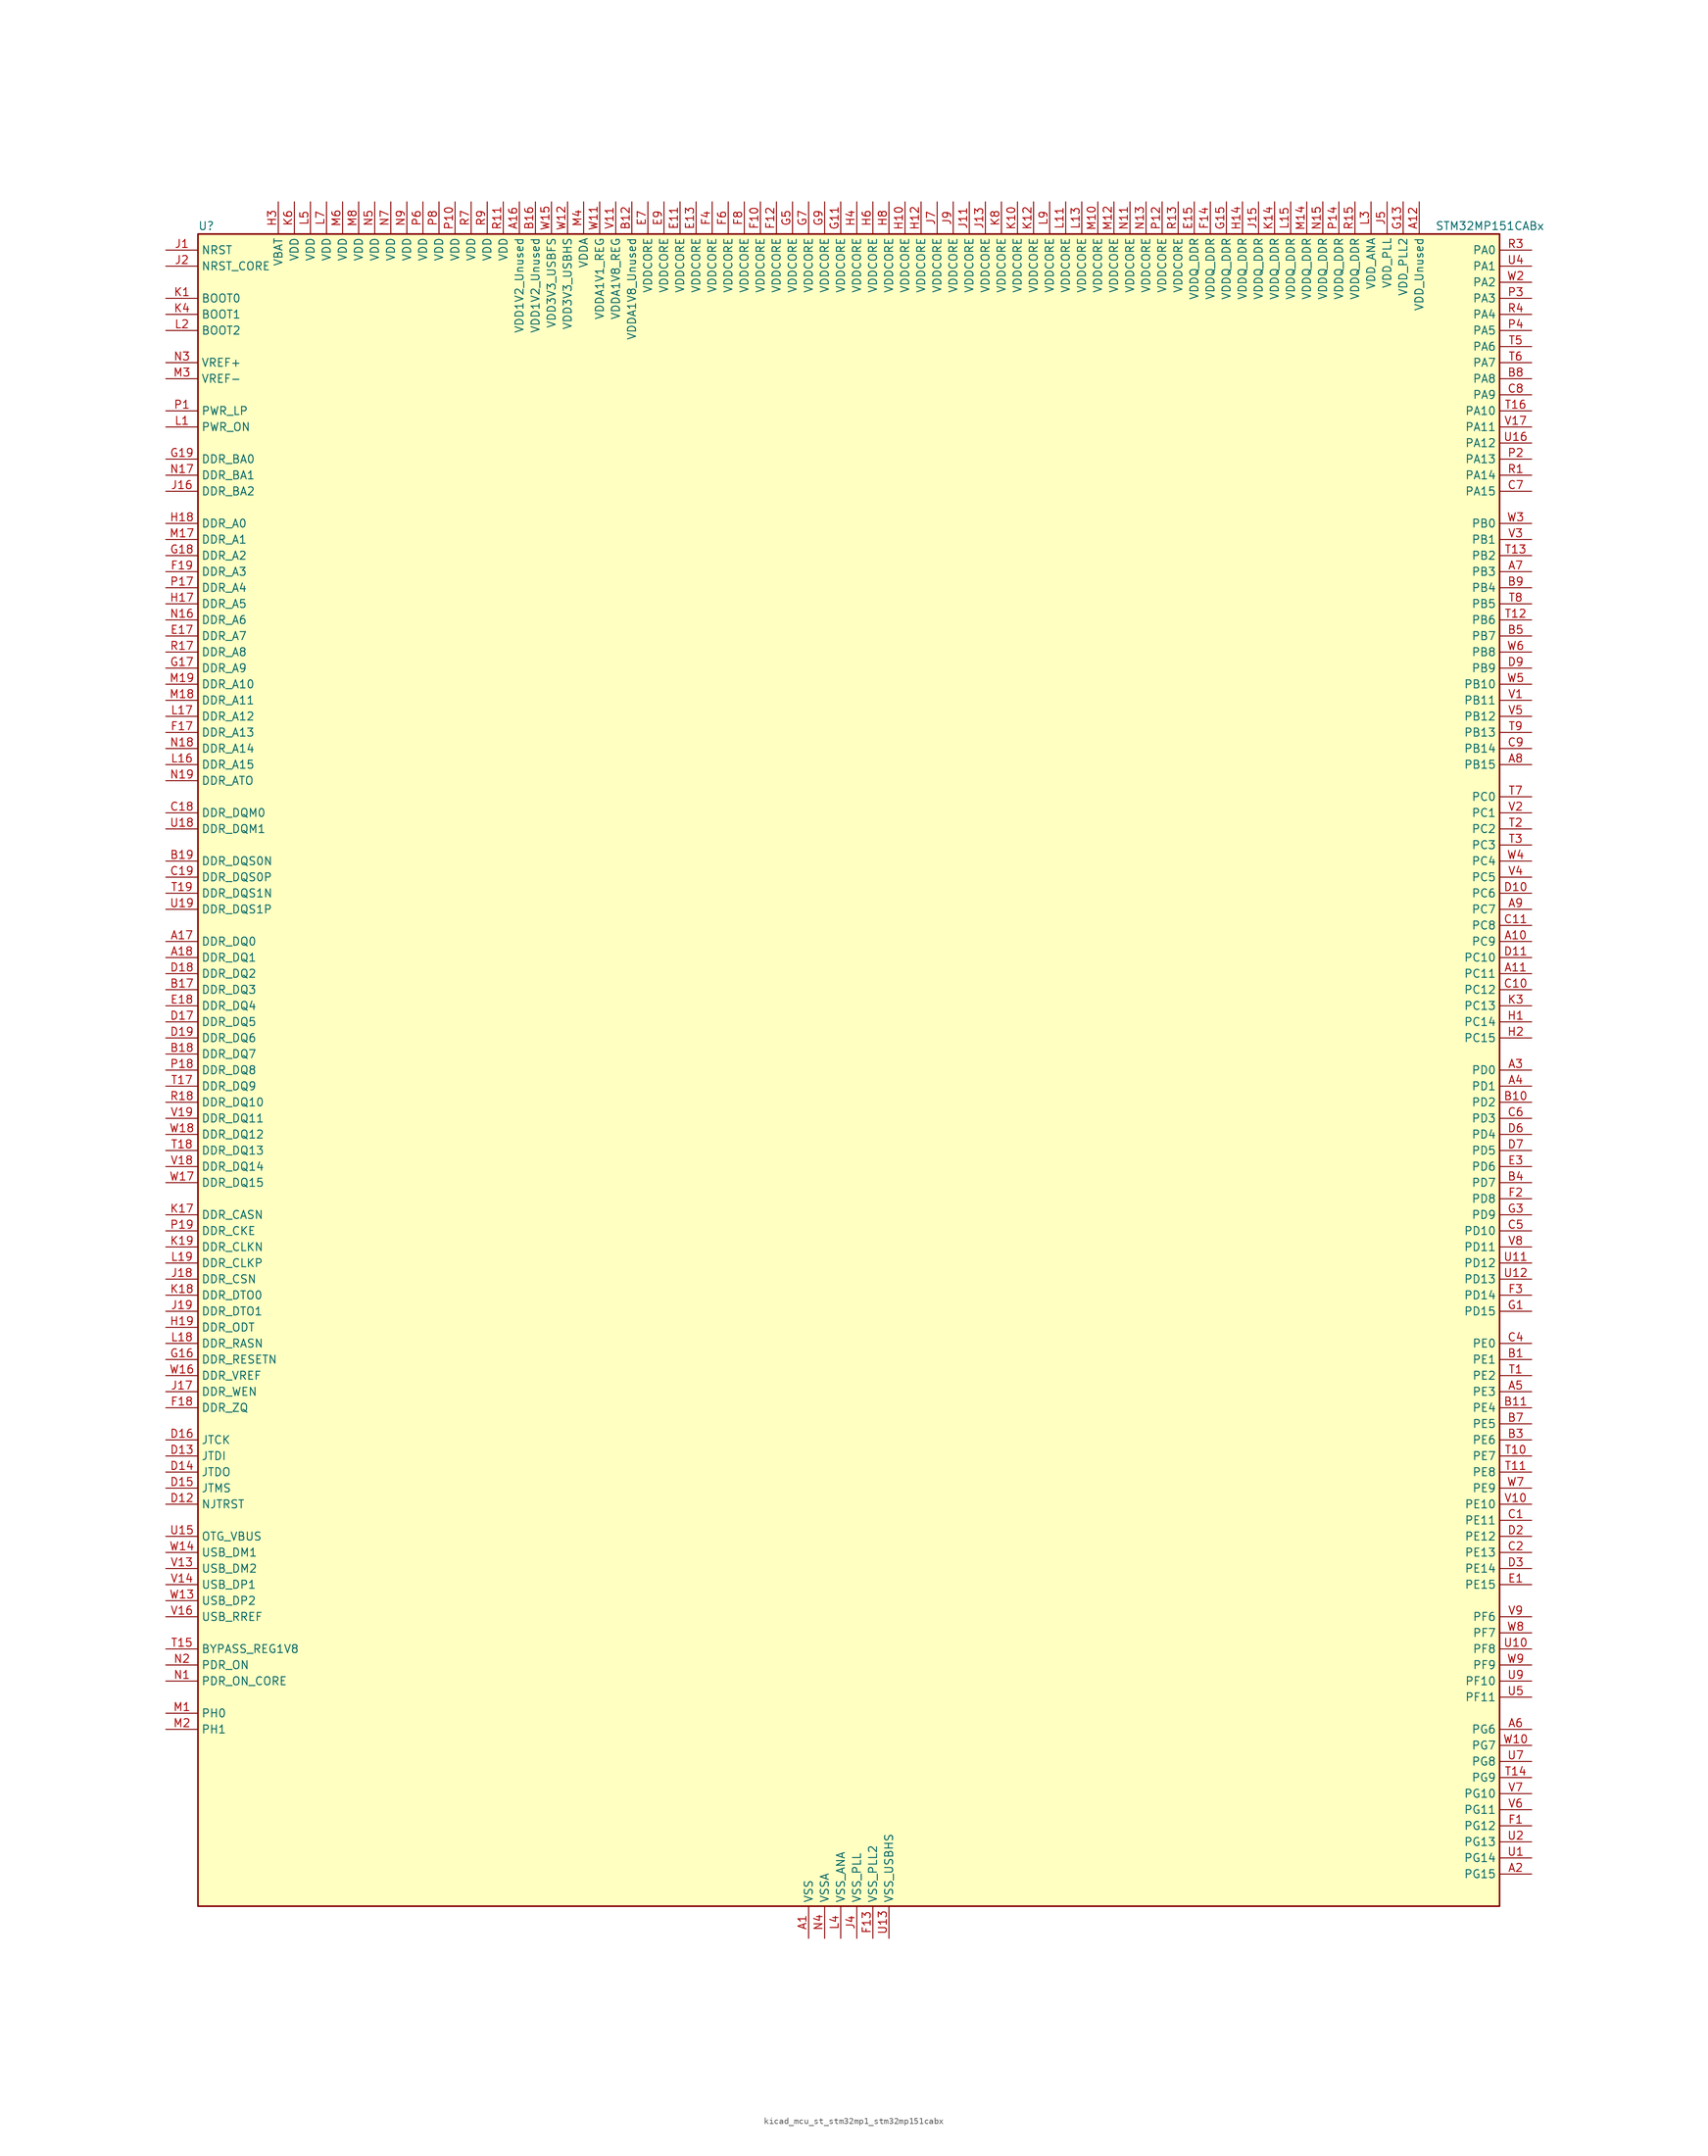
<source format=kicad_sym>
(kicad_symbol_lib
  (version 20220914)
  (generator kicad_symbol_editor)
  (symbol "kicad_mcu_st_stm32mp1_stm32mp151cabx"
    (property "Reference" "U"
      (at -101.6 133.35 0)
      (effects (font (size 1.27 1.27)) (justify left)))
    (property "Value" "STM32MP151CABx"
      (at 93.98 133.35 0)
      (effects (font (size 1.27 1.27)) (justify left)))
    (property "ki_locked" ""
      (at 0 0 0)
      (effects (font (size 1.27 1.27))))
    (symbol "kicad_mcu_st_stm32mp1_stm32mp151cabx_0_1"
      (rectangle (start -101.6 -132.08) (end 104.14 132.08) (stroke (width 0.254) (type default)) (fill (type background))))
    (symbol "kicad_mcu_st_stm32mp1_stm32mp151cabx_1_1"
      (pin power_in line (at -5.08 -137.16 90) (length 5.08) (name "VSS" (effects (font (size 1.27 1.27)))) (number "A1" (effects (font (size 1.27 1.27)))))
      (pin bidirectional line (at 109.22 20.32 180) (length 5.08) (name "PC9" (effects (font (size 1.27 1.27)))) (number "A10" (effects (font (size 1.27 1.27)))) (alternate "DAC1_EXTI9" bidirectional line) (alternate "DCMI_D3" bidirectional line) (alternate "DEBUG_TRACED1" bidirectional line) (alternate "I2C3_SDA" bidirectional line) (alternate "I2S_CKIN" bidirectional line) (alternate "LTDC_B2" bidirectional line) (alternate "QUADSPI_BK1_IO0" bidirectional line) (alternate "SDMMC1_D1" bidirectional line) (alternate "TIM3_CH4" bidirectional line) (alternate "TIM8_CH4" bidirectional line) (alternate "UART5_CTS" bidirectional line))
      (pin bidirectional line (at 109.22 15.24 180) (length 5.08) (name "PC11" (effects (font (size 1.27 1.27)))) (number "A11" (effects (font (size 1.27 1.27)))) (alternate "ADC1_EXTI11" bidirectional line) (alternate "ADC2_EXTI11" bidirectional line) (alternate "DCMI_D4" bidirectional line) (alternate "DEBUG_TRACED3" bidirectional line) (alternate "DFSDM1_DATIN5" bidirectional line) (alternate "I2S3_SDI" bidirectional line) (alternate "QUADSPI_BK2_NCS" bidirectional line) (alternate "SAI4_SCK_B" bidirectional line) (alternate "SDMMC1_D3" bidirectional line) (alternate "SPI3_MISO" bidirectional line) (alternate "UART4_RX" bidirectional line) (alternate "USART3_RX" bidirectional line))
      (pin power_in line (at 91.44 137.16 270) (length 5.08) (name "VDD_Unused" (effects (font (size 1.27 1.27)))) (number "A12" (effects (font (size 1.27 1.27)))))
      (pin no_connect line (at -101.6 -132.08 0) (length 5.08) hide (name "DNU" (effects (font (size 1.27 1.27)))) (number "A13" (effects (font (size 1.27 1.27)))))
      (pin no_connect line (at -101.6 -129.54 0) (length 5.08) hide (name "DNU" (effects (font (size 1.27 1.27)))) (number "A14" (effects (font (size 1.27 1.27)))))
      (pin no_connect line (at -101.6 -127 0) (length 5.08) hide (name "DNU" (effects (font (size 1.27 1.27)))) (number "A15" (effects (font (size 1.27 1.27)))))
      (pin power_in line (at -50.8 137.16 270) (length 5.08) (name "VDD1V2_Unused" (effects (font (size 1.27 1.27)))) (number "A16" (effects (font (size 1.27 1.27)))))
      (pin bidirectional line (at -106.68 20.32 0) (length 5.08) (name "DDR_DQ0" (effects (font (size 1.27 1.27)))) (number "A17" (effects (font (size 1.27 1.27)))) (alternate "DDR_DQ0" bidirectional line))
      (pin bidirectional line (at -106.68 17.78 0) (length 5.08) (name "DDR_DQ1" (effects (font (size 1.27 1.27)))) (number "A18" (effects (font (size 1.27 1.27)))) (alternate "DDR_DQ1" bidirectional line))
      (pin passive line (at -5.08 -137.16 90) (length 5.08) hide (name "VSS" (effects (font (size 1.27 1.27)))) (number "A19" (effects (font (size 1.27 1.27)))))
      (pin bidirectional line (at 109.22 -127 180) (length 5.08) (name "PG15" (effects (font (size 1.27 1.27)))) (number "A2" (effects (font (size 1.27 1.27)))) (alternate "ADC1_EXTI15" bidirectional line) (alternate "ADC2_EXTI15" bidirectional line) (alternate "DCMI_D13" bidirectional line) (alternate "DEBUG_TRACED7" bidirectional line) (alternate "I2C2_SDA" bidirectional line) (alternate "SAI1_D2" bidirectional line) (alternate "SAI1_FS_A" bidirectional line) (alternate "SDMMC3_CK" bidirectional line) (alternate "USART6_CTS" bidirectional line) (alternate "USART6_NSS" bidirectional line))
      (pin bidirectional line (at 109.22 0 180) (length 5.08) (name "PD0" (effects (font (size 1.27 1.27)))) (number "A3" (effects (font (size 1.27 1.27)))) (alternate "DFSDM1_CKIN6" bidirectional line) (alternate "DFSDM1_DATIN7" bidirectional line) (alternate "FMC_D2" bidirectional line) (alternate "FMC_DA2" bidirectional line) (alternate "I2C5_SDA" bidirectional line) (alternate "I2C6_SDA" bidirectional line) (alternate "SAI3_SCK_A" bidirectional line) (alternate "SDMMC3_CMD" bidirectional line) (alternate "UART4_RX" bidirectional line))
      (pin bidirectional line (at 109.22 -2.54 180) (length 5.08) (name "PD1" (effects (font (size 1.27 1.27)))) (number "A4" (effects (font (size 1.27 1.27)))) (alternate "DFSDM1_CKIN7" bidirectional line) (alternate "DFSDM1_DATIN6" bidirectional line) (alternate "FMC_D3" bidirectional line) (alternate "FMC_DA3" bidirectional line) (alternate "I2C5_SCL" bidirectional line) (alternate "I2C6_SCL" bidirectional line) (alternate "SAI3_SD_A" bidirectional line) (alternate "SDMMC3_D0" bidirectional line) (alternate "UART4_TX" bidirectional line))
      (pin bidirectional line (at 109.22 -50.8 180) (length 5.08) (name "PE3" (effects (font (size 1.27 1.27)))) (number "A5" (effects (font (size 1.27 1.27)))) (alternate "DEBUG_TRACED0" bidirectional line) (alternate "FMC_A19" bidirectional line) (alternate "SAI1_SD_B" bidirectional line) (alternate "SDMMC2_CK" bidirectional line) (alternate "TIM15_BKIN" bidirectional line))
      (pin bidirectional line (at 109.22 -104.14 180) (length 5.08) (name "PG6" (effects (font (size 1.27 1.27)))) (number "A6" (effects (font (size 1.27 1.27)))) (alternate "DCMI_D12" bidirectional line) (alternate "DEBUG_TRACED14" bidirectional line) (alternate "LTDC_R7" bidirectional line) (alternate "SDMMC2_CMD" bidirectional line) (alternate "TIM17_BKIN" bidirectional line))
      (pin bidirectional line (at 109.22 78.74 180) (length 5.08) (name "PB3" (effects (font (size 1.27 1.27)))) (number "A7" (effects (font (size 1.27 1.27)))) (alternate "DEBUG_TRACED9" bidirectional line) (alternate "I2S1_CK" bidirectional line) (alternate "I2S3_CK" bidirectional line) (alternate "SAI4_CK1" bidirectional line) (alternate "SAI4_MCLK_A" bidirectional line) (alternate "SDMMC2_D2" bidirectional line) (alternate "SPI1_SCK" bidirectional line) (alternate "SPI3_SCK" bidirectional line) (alternate "SPI6_SCK" bidirectional line) (alternate "TIM2_CH2" bidirectional line) (alternate "UART7_RX" bidirectional line))
      (pin bidirectional line (at 109.22 48.26 180) (length 5.08) (name "PB15" (effects (font (size 1.27 1.27)))) (number "A8" (effects (font (size 1.27 1.27)))) (alternate "ADC1_EXTI15" bidirectional line) (alternate "ADC2_EXTI15" bidirectional line) (alternate "DFSDM1_CKIN2" bidirectional line) (alternate "I2S2_SDO" bidirectional line) (alternate "RTC_REFIN" bidirectional line) (alternate "SDMMC2_D1" bidirectional line) (alternate "SPI2_MOSI" bidirectional line) (alternate "TIM12_CH2" bidirectional line) (alternate "TIM1_CH3N" bidirectional line) (alternate "TIM8_CH3N" bidirectional line) (alternate "USART1_RX" bidirectional line))
      (pin bidirectional line (at 109.22 25.4 180) (length 5.08) (name "PC7" (effects (font (size 1.27 1.27)))) (number "A9" (effects (font (size 1.27 1.27)))) (alternate "DCMI_D1" bidirectional line) (alternate "DFSDM1_DATIN3" bidirectional line) (alternate "HDP_HDP4" bidirectional line) (alternate "I2S3_MCK" bidirectional line) (alternate "LTDC_G6" bidirectional line) (alternate "SDMMC1_D123DIR" bidirectional line) (alternate "SDMMC1_D7" bidirectional line) (alternate "SDMMC2_D123DIR" bidirectional line) (alternate "SDMMC2_D7" bidirectional line) (alternate "TIM3_CH2" bidirectional line) (alternate "TIM8_CH2" bidirectional line) (alternate "USART6_RX" bidirectional line))
      (pin bidirectional line (at 109.22 -45.72 180) (length 5.08) (name "PE1" (effects (font (size 1.27 1.27)))) (number "B1" (effects (font (size 1.27 1.27)))) (alternate "DCMI_D3" bidirectional line) (alternate "FMC_NBL1" bidirectional line) (alternate "I2S2_MCK" bidirectional line) (alternate "LPTIM1_IN2" bidirectional line) (alternate "SAI3_SD_B" bidirectional line) (alternate "UART8_TX" bidirectional line))
      (pin bidirectional line (at 109.22 -5.08 180) (length 5.08) (name "PD2" (effects (font (size 1.27 1.27)))) (number "B10" (effects (font (size 1.27 1.27)))) (alternate "DCMI_D11" bidirectional line) (alternate "I2C5_SMBA" bidirectional line) (alternate "SDMMC1_CMD" bidirectional line) (alternate "TIM3_ETR" bidirectional line) (alternate "UART4_RX" bidirectional line) (alternate "UART5_RX" bidirectional line))
      (pin bidirectional line (at 109.22 -53.34 180) (length 5.08) (name "PE4" (effects (font (size 1.27 1.27)))) (number "B11" (effects (font (size 1.27 1.27)))) (alternate "DCMI_D4" bidirectional line) (alternate "DEBUG_TRACED1" bidirectional line) (alternate "DFSDM1_DATIN3" bidirectional line) (alternate "FMC_A20" bidirectional line) (alternate "LTDC_B0" bidirectional line) (alternate "SAI1_D2" bidirectional line) (alternate "SAI1_FS_A" bidirectional line) (alternate "SDMMC1_CKIN" bidirectional line) (alternate "SDMMC1_D4" bidirectional line) (alternate "SDMMC2_CKIN" bidirectional line) (alternate "SDMMC2_D4" bidirectional line) (alternate "SPI4_NSS" bidirectional line) (alternate "TIM15_CH1N" bidirectional line))
      (pin power_in line (at -33.02 137.16 270) (length 5.08) (name "VDDA1V8_Unused" (effects (font (size 1.27 1.27)))) (number "B12" (effects (font (size 1.27 1.27)))))
      (pin no_connect line (at -101.6 -124.46 0) (length 5.08) hide (name "DNU" (effects (font (size 1.27 1.27)))) (number "B13" (effects (font (size 1.27 1.27)))))
      (pin no_connect line (at -101.6 -121.92 0) (length 5.08) hide (name "DNU" (effects (font (size 1.27 1.27)))) (number "B14" (effects (font (size 1.27 1.27)))))
      (pin no_connect line (at -101.6 -119.38 0) (length 5.08) hide (name "DNU" (effects (font (size 1.27 1.27)))) (number "B15" (effects (font (size 1.27 1.27)))))
      (pin power_in line (at -48.26 137.16 270) (length 5.08) (name "VDD1V2_Unused" (effects (font (size 1.27 1.27)))) (number "B16" (effects (font (size 1.27 1.27)))))
      (pin bidirectional line (at -106.68 12.7 0) (length 5.08) (name "DDR_DQ3" (effects (font (size 1.27 1.27)))) (number "B17" (effects (font (size 1.27 1.27)))) (alternate "DDR_DQ3" bidirectional line))
      (pin bidirectional line (at -106.68 2.54 0) (length 5.08) (name "DDR_DQ7" (effects (font (size 1.27 1.27)))) (number "B18" (effects (font (size 1.27 1.27)))) (alternate "DDR_DQ7" bidirectional line))
      (pin bidirectional line (at -106.68 33.02 0) (length 5.08) (name "DDR_DQS0N" (effects (font (size 1.27 1.27)))) (number "B19" (effects (font (size 1.27 1.27)))) (alternate "DDR_DQS0N" bidirectional line))
      (pin passive line (at -5.08 -137.16 90) (length 5.08) hide (name "VSS" (effects (font (size 1.27 1.27)))) (number "B2" (effects (font (size 1.27 1.27)))))
      (pin bidirectional line (at 109.22 -58.42 180) (length 5.08) (name "PE6" (effects (font (size 1.27 1.27)))) (number "B3" (effects (font (size 1.27 1.27)))) (alternate "DCMI_D7" bidirectional line) (alternate "DEBUG_TRACED2" bidirectional line) (alternate "FMC_A22" bidirectional line) (alternate "LTDC_G1" bidirectional line) (alternate "SAI1_D1" bidirectional line) (alternate "SAI1_SD_A" bidirectional line) (alternate "SAI2_MCLK_B" bidirectional line) (alternate "SDMMC1_D2" bidirectional line) (alternate "SDMMC2_D0" bidirectional line) (alternate "SPI4_MOSI" bidirectional line) (alternate "TIM15_CH2" bidirectional line) (alternate "TIM1_BKIN2" bidirectional line))
      (pin bidirectional line (at 109.22 -17.78 180) (length 5.08) (name "PD7" (effects (font (size 1.27 1.27)))) (number "B4" (effects (font (size 1.27 1.27)))) (alternate "DEBUG_TRACED6" bidirectional line) (alternate "DFSDM1_CKIN1" bidirectional line) (alternate "DFSDM1_DATIN4" bidirectional line) (alternate "FMC_NE1" bidirectional line) (alternate "I2C2_SCL" bidirectional line) (alternate "SDMMC3_D3" bidirectional line) (alternate "SPDIFRX_IN0" bidirectional line) (alternate "USART2_CK" bidirectional line))
      (pin bidirectional line (at 109.22 68.58 180) (length 5.08) (name "PB7" (effects (font (size 1.27 1.27)))) (number "B5" (effects (font (size 1.27 1.27)))) (alternate "DCMI_VSYNC" bidirectional line) (alternate "DFSDM1_CKIN5" bidirectional line) (alternate "FMC_NL" bidirectional line) (alternate "I2C1_SDA" bidirectional line) (alternate "I2C4_SDA" bidirectional line) (alternate "SDMMC2_D1" bidirectional line) (alternate "TIM17_CH1N" bidirectional line) (alternate "TIM4_CH2" bidirectional line) (alternate "USART1_RX" bidirectional line))
      (pin passive line (at -5.08 -137.16 90) (length 5.08) hide (name "VSS" (effects (font (size 1.27 1.27)))) (number "B6" (effects (font (size 1.27 1.27)))))
      (pin bidirectional line (at 109.22 -55.88 180) (length 5.08) (name "PE5" (effects (font (size 1.27 1.27)))) (number "B7" (effects (font (size 1.27 1.27)))) (alternate "DCMI_D6" bidirectional line) (alternate "DEBUG_TRACED3" bidirectional line) (alternate "DFSDM1_CKIN3" bidirectional line) (alternate "FMC_A21" bidirectional line) (alternate "LTDC_G0" bidirectional line) (alternate "SAI1_CK2" bidirectional line) (alternate "SAI1_SCK_A" bidirectional line) (alternate "SDMMC1_D0DIR" bidirectional line) (alternate "SDMMC1_D6" bidirectional line) (alternate "SDMMC2_D0DIR" bidirectional line) (alternate "SDMMC2_D6" bidirectional line) (alternate "SPI4_MISO" bidirectional line) (alternate "TIM15_CH1" bidirectional line))
      (pin bidirectional line (at 109.22 109.22 180) (length 5.08) (name "PA8" (effects (font (size 1.27 1.27)))) (number "B8" (effects (font (size 1.27 1.27)))) (alternate "I2C3_SCL" bidirectional line) (alternate "I2S3_SDO" bidirectional line) (alternate "LTDC_R6" bidirectional line) (alternate "RCC_MCO_1" bidirectional line) (alternate "SAI4_SD_B" bidirectional line) (alternate "SDMMC2_CKIN" bidirectional line) (alternate "SDMMC2_D4" bidirectional line) (alternate "SPI3_MOSI" bidirectional line) (alternate "TIM1_CH1" bidirectional line) (alternate "TIM8_BKIN2" bidirectional line) (alternate "UART7_RX" bidirectional line) (alternate "USART1_CK" bidirectional line) (alternate "USB_OTG_HS_SOF" bidirectional line))
      (pin bidirectional line (at 109.22 76.2 180) (length 5.08) (name "PB4" (effects (font (size 1.27 1.27)))) (number "B9" (effects (font (size 1.27 1.27)))) (alternate "DEBUG_TRACED8" bidirectional line) (alternate "I2S1_SDI" bidirectional line) (alternate "I2S2_WS" bidirectional line) (alternate "I2S3_SDI" bidirectional line) (alternate "SAI4_CK2" bidirectional line) (alternate "SAI4_SCK_A" bidirectional line) (alternate "SDMMC2_D3" bidirectional line) (alternate "SPI1_MISO" bidirectional line) (alternate "SPI2_NSS" bidirectional line) (alternate "SPI3_MISO" bidirectional line) (alternate "SPI6_MISO" bidirectional line) (alternate "TIM16_BKIN" bidirectional line) (alternate "TIM3_CH1" bidirectional line) (alternate "UART7_TX" bidirectional line))
      (pin bidirectional line (at 109.22 -71.12 180) (length 5.08) (name "PE11" (effects (font (size 1.27 1.27)))) (number "C1" (effects (font (size 1.27 1.27)))) (alternate "ADC1_EXTI11" bidirectional line) (alternate "ADC2_EXTI11" bidirectional line) (alternate "DCMI_D4" bidirectional line) (alternate "DFSDM1_CKIN4" bidirectional line) (alternate "FMC_D8" bidirectional line) (alternate "FMC_DA8" bidirectional line) (alternate "LTDC_G3" bidirectional line) (alternate "SAI2_SD_B" bidirectional line) (alternate "SPI4_NSS" bidirectional line) (alternate "TIM1_CH2" bidirectional line) (alternate "USART6_CK" bidirectional line))
      (pin bidirectional line (at 109.22 12.7 180) (length 5.08) (name "PC12" (effects (font (size 1.27 1.27)))) (number "C10" (effects (font (size 1.27 1.27)))) (alternate "DCMI_D9" bidirectional line) (alternate "DEBUG_TRACECLK" bidirectional line) (alternate "I2S3_SDO" bidirectional line) (alternate "RCC_MCO_2" bidirectional line) (alternate "SAI4_D3" bidirectional line) (alternate "SAI4_SD_B" bidirectional line) (alternate "SDMMC1_CK" bidirectional line) (alternate "SPI3_MOSI" bidirectional line) (alternate "UART5_TX" bidirectional line) (alternate "USART3_CK" bidirectional line))
      (pin bidirectional line (at 109.22 22.86 180) (length 5.08) (name "PC8" (effects (font (size 1.27 1.27)))) (number "C11" (effects (font (size 1.27 1.27)))) (alternate "DCMI_D2" bidirectional line) (alternate "DEBUG_TRACED0" bidirectional line) (alternate "SDMMC1_D0" bidirectional line) (alternate "TIM3_CH3" bidirectional line) (alternate "TIM8_CH3" bidirectional line) (alternate "UART4_TX" bidirectional line) (alternate "UART5_DE" bidirectional line) (alternate "UART5_RTS" bidirectional line) (alternate "USART6_CK" bidirectional line))
      (pin passive line (at -5.08 -137.16 90) (length 5.08) hide (name "VSS" (effects (font (size 1.27 1.27)))) (number "C12" (effects (font (size 1.27 1.27)))))
      (pin passive line (at -5.08 -137.16 90) (length 5.08) hide (name "VSS" (effects (font (size 1.27 1.27)))) (number "C13" (effects (font (size 1.27 1.27)))))
      (pin passive line (at -5.08 -137.16 90) (length 5.08) hide (name "VSS" (effects (font (size 1.27 1.27)))) (number "C14" (effects (font (size 1.27 1.27)))))
      (pin passive line (at -5.08 -137.16 90) (length 5.08) hide (name "VSS" (effects (font (size 1.27 1.27)))) (number "C15" (effects (font (size 1.27 1.27)))))
      (pin passive line (at -5.08 -137.16 90) (length 5.08) hide (name "VSS" (effects (font (size 1.27 1.27)))) (number "C16" (effects (font (size 1.27 1.27)))))
      (pin passive line (at -5.08 -137.16 90) (length 5.08) hide (name "VSS" (effects (font (size 1.27 1.27)))) (number "C17" (effects (font (size 1.27 1.27)))))
      (pin bidirectional line (at -106.68 40.64 0) (length 5.08) (name "DDR_DQM0" (effects (font (size 1.27 1.27)))) (number "C18" (effects (font (size 1.27 1.27)))) (alternate "DDR_DQM0" bidirectional line))
      (pin bidirectional line (at -106.68 30.48 0) (length 5.08) (name "DDR_DQS0P" (effects (font (size 1.27 1.27)))) (number "C19" (effects (font (size 1.27 1.27)))) (alternate "DDR_DQS0P" bidirectional line))
      (pin bidirectional line (at 109.22 -76.2 180) (length 5.08) (name "PE13" (effects (font (size 1.27 1.27)))) (number "C2" (effects (font (size 1.27 1.27)))) (alternate "DCMI_D6" bidirectional line) (alternate "DFSDM1_CKIN5" bidirectional line) (alternate "FMC_D10" bidirectional line) (alternate "FMC_DA10" bidirectional line) (alternate "HDP_HDP2" bidirectional line) (alternate "LTDC_DE" bidirectional line) (alternate "SAI2_FS_B" bidirectional line) (alternate "SPI4_MISO" bidirectional line) (alternate "TIM1_CH3" bidirectional line))
      (pin passive line (at -5.08 -137.16 90) (length 5.08) hide (name "VSS" (effects (font (size 1.27 1.27)))) (number "C3" (effects (font (size 1.27 1.27)))))
      (pin bidirectional line (at 109.22 -43.18 180) (length 5.08) (name "PE0" (effects (font (size 1.27 1.27)))) (number "C4" (effects (font (size 1.27 1.27)))) (alternate "DCMI_D2" bidirectional line) (alternate "FMC_NBL0" bidirectional line) (alternate "I2S3_CK" bidirectional line) (alternate "LPTIM1_ETR" bidirectional line) (alternate "LPTIM2_ETR" bidirectional line) (alternate "SAI2_MCLK_A" bidirectional line) (alternate "SAI4_MCLK_B" bidirectional line) (alternate "SPI3_SCK" bidirectional line) (alternate "TIM4_ETR" bidirectional line) (alternate "UART8_RX" bidirectional line))
      (pin bidirectional line (at 109.22 -25.4 180) (length 5.08) (name "PD10" (effects (font (size 1.27 1.27)))) (number "C5" (effects (font (size 1.27 1.27)))) (alternate "DFSDM1_CKOUT" bidirectional line) (alternate "FMC_D15" bidirectional line) (alternate "FMC_DA15" bidirectional line) (alternate "I2C5_SMBA" bidirectional line) (alternate "I2S3_SDI" bidirectional line) (alternate "LTDC_B3" bidirectional line) (alternate "RTC_REFIN" bidirectional line) (alternate "SAI3_FS_B" bidirectional line) (alternate "SPI3_MISO" bidirectional line) (alternate "TIM16_BKIN" bidirectional line) (alternate "USART3_CK" bidirectional line))
      (pin bidirectional line (at 109.22 -7.62 180) (length 5.08) (name "PD3" (effects (font (size 1.27 1.27)))) (number "C6" (effects (font (size 1.27 1.27)))) (alternate "DCMI_D5" bidirectional line) (alternate "DFSDM1_CKOUT" bidirectional line) (alternate "DFSDM1_DATIN0" bidirectional line) (alternate "FMC_CLK" bidirectional line) (alternate "HDP_HDP5" bidirectional line) (alternate "I2S2_CK" bidirectional line) (alternate "LTDC_G7" bidirectional line) (alternate "SDMMC1_D123DIR" bidirectional line) (alternate "SDMMC1_D7" bidirectional line) (alternate "SDMMC2_D123DIR" bidirectional line) (alternate "SDMMC2_D7" bidirectional line) (alternate "SPI2_SCK" bidirectional line) (alternate "USART2_CTS" bidirectional line) (alternate "USART2_NSS" bidirectional line))
      (pin bidirectional line (at 109.22 91.44 180) (length 5.08) (name "PA15" (effects (font (size 1.27 1.27)))) (number "C7" (effects (font (size 1.27 1.27)))) (alternate "ADC1_EXTI15" bidirectional line) (alternate "ADC2_EXTI15" bidirectional line) (alternate "CEC" bidirectional line) (alternate "DEBUG_DBTRGI" bidirectional line) (alternate "I2S1_WS" bidirectional line) (alternate "I2S3_WS" bidirectional line) (alternate "LTDC_R1" bidirectional line) (alternate "SAI4_D2" bidirectional line) (alternate "SAI4_FS_A" bidirectional line) (alternate "SDMMC1_CDIR" bidirectional line) (alternate "SDMMC1_D5" bidirectional line) (alternate "SDMMC2_CDIR" bidirectional line) (alternate "SDMMC2_D5" bidirectional line) (alternate "SPI1_NSS" bidirectional line) (alternate "SPI3_NSS" bidirectional line) (alternate "SPI6_NSS" bidirectional line) (alternate "TIM2_CH1" bidirectional line) (alternate "TIM2_ETR" bidirectional line) (alternate "UART4_DE" bidirectional line) (alternate "UART4_RTS" bidirectional line) (alternate "UART7_TX" bidirectional line))
      (pin bidirectional line (at 109.22 106.68 180) (length 5.08) (name "PA9" (effects (font (size 1.27 1.27)))) (number "C8" (effects (font (size 1.27 1.27)))) (alternate "DAC1_EXTI9" bidirectional line) (alternate "DCMI_D0" bidirectional line) (alternate "I2C3_SMBA" bidirectional line) (alternate "I2S2_CK" bidirectional line) (alternate "LTDC_R5" bidirectional line) (alternate "SDMMC2_CDIR" bidirectional line) (alternate "SDMMC2_D5" bidirectional line) (alternate "SPI2_SCK" bidirectional line) (alternate "TIM1_CH2" bidirectional line) (alternate "USART1_TX" bidirectional line))
      (pin bidirectional line (at 109.22 50.8 180) (length 5.08) (name "PB14" (effects (font (size 1.27 1.27)))) (number "C9" (effects (font (size 1.27 1.27)))) (alternate "DFSDM1_DATIN2" bidirectional line) (alternate "I2S2_SDI" bidirectional line) (alternate "SDMMC2_D0" bidirectional line) (alternate "SPI2_MISO" bidirectional line) (alternate "TIM12_CH1" bidirectional line) (alternate "TIM1_CH2N" bidirectional line) (alternate "TIM8_CH2N" bidirectional line) (alternate "USART1_TX" bidirectional line) (alternate "USART3_DE" bidirectional line) (alternate "USART3_RTS" bidirectional line))
      (pin passive line (at -5.08 -137.16 90) (length 5.08) hide (name "VSS" (effects (font (size 1.27 1.27)))) (number "D1" (effects (font (size 1.27 1.27)))))
      (pin bidirectional line (at 109.22 27.94 180) (length 5.08) (name "PC6" (effects (font (size 1.27 1.27)))) (number "D10" (effects (font (size 1.27 1.27)))) (alternate "DCMI_D0" bidirectional line) (alternate "DFSDM1_CKIN3" bidirectional line) (alternate "HDP_HDP1" bidirectional line) (alternate "I2S2_MCK" bidirectional line) (alternate "LTDC_HSYNC" bidirectional line) (alternate "SDMMC1_D0DIR" bidirectional line) (alternate "SDMMC1_D6" bidirectional line) (alternate "SDMMC2_D0DIR" bidirectional line) (alternate "SDMMC2_D6" bidirectional line) (alternate "TIM3_CH1" bidirectional line) (alternate "TIM8_CH1" bidirectional line) (alternate "USART6_TX" bidirectional line))
      (pin bidirectional line (at 109.22 17.78 180) (length 5.08) (name "PC10" (effects (font (size 1.27 1.27)))) (number "D11" (effects (font (size 1.27 1.27)))) (alternate "DCMI_D8" bidirectional line) (alternate "DEBUG_TRACED2" bidirectional line) (alternate "DFSDM1_CKIN5" bidirectional line) (alternate "I2S3_CK" bidirectional line) (alternate "LTDC_R2" bidirectional line) (alternate "QUADSPI_BK1_IO1" bidirectional line) (alternate "SAI4_MCLK_B" bidirectional line) (alternate "SDMMC1_D2" bidirectional line) (alternate "SPI3_SCK" bidirectional line) (alternate "UART4_TX" bidirectional line) (alternate "USART3_TX" bidirectional line))
      (pin bidirectional line (at -106.68 -68.58 0) (length 5.08) (name "NJTRST" (effects (font (size 1.27 1.27)))) (number "D12" (effects (font (size 1.27 1.27)))) (alternate "DEBUG_JTRST" bidirectional line))
      (pin bidirectional line (at -106.68 -60.96 0) (length 5.08) (name "JTDI" (effects (font (size 1.27 1.27)))) (number "D13" (effects (font (size 1.27 1.27)))) (alternate "DEBUG_JTDI" bidirectional line))
      (pin bidirectional line (at -106.68 -63.5 0) (length 5.08) (name "JTDO" (effects (font (size 1.27 1.27)))) (number "D14" (effects (font (size 1.27 1.27)))) (alternate "DEBUG_JTDO-SWO" bidirectional line))
      (pin bidirectional line (at -106.68 -66.04 0) (length 5.08) (name "JTMS" (effects (font (size 1.27 1.27)))) (number "D15" (effects (font (size 1.27 1.27)))) (alternate "DEBUG_JTMS-SWDIO" bidirectional line))
      (pin bidirectional line (at -106.68 -58.42 0) (length 5.08) (name "JTCK" (effects (font (size 1.27 1.27)))) (number "D16" (effects (font (size 1.27 1.27)))) (alternate "DEBUG_JTCK-SWCLK" bidirectional line))
      (pin bidirectional line (at -106.68 7.62 0) (length 5.08) (name "DDR_DQ5" (effects (font (size 1.27 1.27)))) (number "D17" (effects (font (size 1.27 1.27)))) (alternate "DDR_DQ5" bidirectional line))
      (pin bidirectional line (at -106.68 15.24 0) (length 5.08) (name "DDR_DQ2" (effects (font (size 1.27 1.27)))) (number "D18" (effects (font (size 1.27 1.27)))) (alternate "DDR_DQ2" bidirectional line))
      (pin bidirectional line (at -106.68 5.08 0) (length 5.08) (name "DDR_DQ6" (effects (font (size 1.27 1.27)))) (number "D19" (effects (font (size 1.27 1.27)))) (alternate "DDR_DQ6" bidirectional line))
      (pin bidirectional line (at 109.22 -73.66 180) (length 5.08) (name "PE12" (effects (font (size 1.27 1.27)))) (number "D2" (effects (font (size 1.27 1.27)))) (alternate "DFSDM1_DATIN5" bidirectional line) (alternate "FMC_D9" bidirectional line) (alternate "FMC_DA9" bidirectional line) (alternate "LTDC_B4" bidirectional line) (alternate "SAI2_SCK_B" bidirectional line) (alternate "SDMMC1_D0DIR" bidirectional line) (alternate "SPI4_SCK" bidirectional line) (alternate "TIM1_CH3N" bidirectional line))
      (pin bidirectional line (at 109.22 -78.74 180) (length 5.08) (name "PE14" (effects (font (size 1.27 1.27)))) (number "D3" (effects (font (size 1.27 1.27)))) (alternate "FMC_D11" bidirectional line) (alternate "FMC_DA11" bidirectional line) (alternate "LTDC_CLK" bidirectional line) (alternate "LTDC_G0" bidirectional line) (alternate "SAI2_MCLK_B" bidirectional line) (alternate "SDMMC1_D123DIR" bidirectional line) (alternate "SPI4_MOSI" bidirectional line) (alternate "TIM1_CH4" bidirectional line) (alternate "UART8_DE" bidirectional line) (alternate "UART8_RTS" bidirectional line))
      (pin passive line (at -5.08 -137.16 90) (length 5.08) hide (name "VSS" (effects (font (size 1.27 1.27)))) (number "D4" (effects (font (size 1.27 1.27)))))
      (pin passive line (at -5.08 -137.16 90) (length 5.08) hide (name "VSS" (effects (font (size 1.27 1.27)))) (number "D5" (effects (font (size 1.27 1.27)))))
      (pin bidirectional line (at 109.22 -10.16 180) (length 5.08) (name "PD4" (effects (font (size 1.27 1.27)))) (number "D6" (effects (font (size 1.27 1.27)))) (alternate "DFSDM1_CKIN0" bidirectional line) (alternate "FMC_NOE" bidirectional line) (alternate "SAI3_FS_A" bidirectional line) (alternate "SDMMC3_D1" bidirectional line) (alternate "USART2_DE" bidirectional line) (alternate "USART2_RTS" bidirectional line))
      (pin bidirectional line (at 109.22 -12.7 180) (length 5.08) (name "PD5" (effects (font (size 1.27 1.27)))) (number "D7" (effects (font (size 1.27 1.27)))) (alternate "FMC_NWE" bidirectional line) (alternate "SDMMC3_D2" bidirectional line) (alternate "USART2_TX" bidirectional line))
      (pin passive line (at -5.08 -137.16 90) (length 5.08) hide (name "VSS" (effects (font (size 1.27 1.27)))) (number "D8" (effects (font (size 1.27 1.27)))))
      (pin bidirectional line (at 109.22 63.5 180) (length 5.08) (name "PB9" (effects (font (size 1.27 1.27)))) (number "D9" (effects (font (size 1.27 1.27)))) (alternate "DAC1_EXTI9" bidirectional line) (alternate "DCMI_D7" bidirectional line) (alternate "DFSDM1_DATIN7" bidirectional line) (alternate "HDP_HDP7" bidirectional line) (alternate "I2C1_SDA" bidirectional line) (alternate "I2C4_SDA" bidirectional line) (alternate "I2S2_WS" bidirectional line) (alternate "LTDC_B7" bidirectional line) (alternate "SDMMC1_CDIR" bidirectional line) (alternate "SDMMC1_D5" bidirectional line) (alternate "SDMMC2_CDIR" bidirectional line) (alternate "SDMMC2_D5" bidirectional line) (alternate "SPI2_NSS" bidirectional line) (alternate "TIM17_CH1" bidirectional line) (alternate "TIM4_CH4" bidirectional line) (alternate "UART4_TX" bidirectional line))
      (pin bidirectional line (at 109.22 -81.28 180) (length 5.08) (name "PE15" (effects (font (size 1.27 1.27)))) (number "E1" (effects (font (size 1.27 1.27)))) (alternate "ADC1_EXTI15" bidirectional line) (alternate "ADC2_EXTI15" bidirectional line) (alternate "FMC_D12" bidirectional line) (alternate "FMC_DA12" bidirectional line) (alternate "FMC_NCE2" bidirectional line) (alternate "HDP_HDP3" bidirectional line) (alternate "LTDC_R7" bidirectional line) (alternate "TIM15_BKIN" bidirectional line) (alternate "TIM1_BKIN" bidirectional line) (alternate "UART8_CTS" bidirectional line) (alternate "USART2_CTS" bidirectional line) (alternate "USART2_NSS" bidirectional line))
      (pin passive line (at -5.08 -137.16 90) (length 5.08) hide (name "VSS" (effects (font (size 1.27 1.27)))) (number "E10" (effects (font (size 1.27 1.27)))))
      (pin power_in line (at -25.4 137.16 270) (length 5.08) (name "VDDCORE" (effects (font (size 1.27 1.27)))) (number "E11" (effects (font (size 1.27 1.27)))))
      (pin passive line (at -5.08 -137.16 90) (length 5.08) hide (name "VSS" (effects (font (size 1.27 1.27)))) (number "E12" (effects (font (size 1.27 1.27)))))
      (pin power_in line (at -22.86 137.16 270) (length 5.08) (name "VDDCORE" (effects (font (size 1.27 1.27)))) (number "E13" (effects (font (size 1.27 1.27)))))
      (pin passive line (at -5.08 -137.16 90) (length 5.08) hide (name "VSS" (effects (font (size 1.27 1.27)))) (number "E14" (effects (font (size 1.27 1.27)))))
      (pin power_in line (at 55.88 137.16 270) (length 5.08) (name "VDDQ_DDR" (effects (font (size 1.27 1.27)))) (number "E15" (effects (font (size 1.27 1.27)))))
      (pin passive line (at -5.08 -137.16 90) (length 5.08) hide (name "VSS" (effects (font (size 1.27 1.27)))) (number "E16" (effects (font (size 1.27 1.27)))))
      (pin bidirectional line (at -106.68 68.58 0) (length 5.08) (name "DDR_A7" (effects (font (size 1.27 1.27)))) (number "E17" (effects (font (size 1.27 1.27)))) (alternate "DDR_A7" bidirectional line))
      (pin bidirectional line (at -106.68 10.16 0) (length 5.08) (name "DDR_DQ4" (effects (font (size 1.27 1.27)))) (number "E18" (effects (font (size 1.27 1.27)))) (alternate "DDR_DQ4" bidirectional line))
      (pin passive line (at -5.08 -137.16 90) (length 5.08) hide (name "VSS" (effects (font (size 1.27 1.27)))) (number "E2" (effects (font (size 1.27 1.27)))))
      (pin bidirectional line (at 109.22 -15.24 180) (length 5.08) (name "PD6" (effects (font (size 1.27 1.27)))) (number "E3" (effects (font (size 1.27 1.27)))) (alternate "DCMI_D10" bidirectional line) (alternate "DFSDM1_CKIN4" bidirectional line) (alternate "DFSDM1_DATIN1" bidirectional line) (alternate "FMC_NWAIT" bidirectional line) (alternate "I2S3_SDO" bidirectional line) (alternate "LTDC_B2" bidirectional line) (alternate "SAI1_D1" bidirectional line) (alternate "SAI1_SD_A" bidirectional line) (alternate "SPI3_MOSI" bidirectional line) (alternate "TIM16_CH1N" bidirectional line) (alternate "USART2_RX" bidirectional line))
      (pin passive line (at -5.08 -137.16 90) (length 5.08) hide (name "VSS" (effects (font (size 1.27 1.27)))) (number "E4" (effects (font (size 1.27 1.27)))))
      (pin passive line (at -5.08 -137.16 90) (length 5.08) hide (name "VSS" (effects (font (size 1.27 1.27)))) (number "E5" (effects (font (size 1.27 1.27)))))
      (pin passive line (at -5.08 -137.16 90) (length 5.08) hide (name "VSS" (effects (font (size 1.27 1.27)))) (number "E6" (effects (font (size 1.27 1.27)))))
      (pin power_in line (at -30.48 137.16 270) (length 5.08) (name "VDDCORE" (effects (font (size 1.27 1.27)))) (number "E7" (effects (font (size 1.27 1.27)))))
      (pin passive line (at -5.08 -137.16 90) (length 5.08) hide (name "VSS" (effects (font (size 1.27 1.27)))) (number "E8" (effects (font (size 1.27 1.27)))))
      (pin power_in line (at -27.94 137.16 270) (length 5.08) (name "VDDCORE" (effects (font (size 1.27 1.27)))) (number "E9" (effects (font (size 1.27 1.27)))))
      (pin bidirectional line (at 109.22 -119.38 180) (length 5.08) (name "PG12" (effects (font (size 1.27 1.27)))) (number "F1" (effects (font (size 1.27 1.27)))) (alternate "ETH1_PHY_INTN" bidirectional line) (alternate "FMC_NE4" bidirectional line) (alternate "LPTIM1_IN1" bidirectional line) (alternate "LTDC_B1" bidirectional line) (alternate "LTDC_B4" bidirectional line) (alternate "SAI4_CK2" bidirectional line) (alternate "SAI4_SCK_A" bidirectional line) (alternate "SPDIFRX_IN1" bidirectional line) (alternate "SPI6_MISO" bidirectional line) (alternate "USART6_DE" bidirectional line) (alternate "USART6_RTS" bidirectional line))
      (pin power_in line (at -12.7 137.16 270) (length 5.08) (name "VDDCORE" (effects (font (size 1.27 1.27)))) (number "F10" (effects (font (size 1.27 1.27)))))
      (pin passive line (at -5.08 -137.16 90) (length 5.08) hide (name "VSS" (effects (font (size 1.27 1.27)))) (number "F11" (effects (font (size 1.27 1.27)))))
      (pin power_in line (at -10.16 137.16 270) (length 5.08) (name "VDDCORE" (effects (font (size 1.27 1.27)))) (number "F12" (effects (font (size 1.27 1.27)))))
      (pin power_in line (at 5.08 -137.16 90) (length 5.08) (name "VSS_PLL2" (effects (font (size 1.27 1.27)))) (number "F13" (effects (font (size 1.27 1.27)))))
      (pin power_in line (at 58.42 137.16 270) (length 5.08) (name "VDDQ_DDR" (effects (font (size 1.27 1.27)))) (number "F14" (effects (font (size 1.27 1.27)))))
      (pin passive line (at -5.08 -137.16 90) (length 5.08) hide (name "VSS" (effects (font (size 1.27 1.27)))) (number "F15" (effects (font (size 1.27 1.27)))))
      (pin bidirectional line (at -106.68 53.34 0) (length 5.08) (name "DDR_A13" (effects (font (size 1.27 1.27)))) (number "F17" (effects (font (size 1.27 1.27)))) (alternate "DDR_A13" bidirectional line))
      (pin bidirectional line (at -106.68 -53.34 0) (length 5.08) (name "DDR_ZQ" (effects (font (size 1.27 1.27)))) (number "F18" (effects (font (size 1.27 1.27)))) (alternate "DDR_ZQ" bidirectional line))
      (pin bidirectional line (at -106.68 78.74 0) (length 5.08) (name "DDR_A3" (effects (font (size 1.27 1.27)))) (number "F19" (effects (font (size 1.27 1.27)))) (alternate "DDR_A3" bidirectional line))
      (pin bidirectional line (at 109.22 -20.32 180) (length 5.08) (name "PD8" (effects (font (size 1.27 1.27)))) (number "F2" (effects (font (size 1.27 1.27)))) (alternate "DFSDM1_CKIN3" bidirectional line) (alternate "FMC_D13" bidirectional line) (alternate "FMC_DA13" bidirectional line) (alternate "LTDC_B7" bidirectional line) (alternate "SAI3_SCK_B" bidirectional line) (alternate "SPDIFRX_IN1" bidirectional line) (alternate "USART3_TX" bidirectional line))
      (pin bidirectional line (at 109.22 -35.56 180) (length 5.08) (name "PD14" (effects (font (size 1.27 1.27)))) (number "F3" (effects (font (size 1.27 1.27)))) (alternate "FMC_D0" bidirectional line) (alternate "FMC_DA0" bidirectional line) (alternate "SAI3_MCLK_B" bidirectional line) (alternate "TIM4_CH3" bidirectional line) (alternate "UART8_CTS" bidirectional line))
      (pin power_in line (at -20.32 137.16 270) (length 5.08) (name "VDDCORE" (effects (font (size 1.27 1.27)))) (number "F4" (effects (font (size 1.27 1.27)))))
      (pin passive line (at -5.08 -137.16 90) (length 5.08) hide (name "VSS" (effects (font (size 1.27 1.27)))) (number "F5" (effects (font (size 1.27 1.27)))))
      (pin power_in line (at -17.78 137.16 270) (length 5.08) (name "VDDCORE" (effects (font (size 1.27 1.27)))) (number "F6" (effects (font (size 1.27 1.27)))))
      (pin passive line (at -5.08 -137.16 90) (length 5.08) hide (name "VSS" (effects (font (size 1.27 1.27)))) (number "F7" (effects (font (size 1.27 1.27)))))
      (pin power_in line (at -15.24 137.16 270) (length 5.08) (name "VDDCORE" (effects (font (size 1.27 1.27)))) (number "F8" (effects (font (size 1.27 1.27)))))
      (pin passive line (at -5.08 -137.16 90) (length 5.08) hide (name "VSS" (effects (font (size 1.27 1.27)))) (number "F9" (effects (font (size 1.27 1.27)))))
      (pin bidirectional line (at 109.22 -38.1 180) (length 5.08) (name "PD15" (effects (font (size 1.27 1.27)))) (number "G1" (effects (font (size 1.27 1.27)))) (alternate "ADC1_EXTI15" bidirectional line) (alternate "ADC2_EXTI15" bidirectional line) (alternate "FMC_D1" bidirectional line) (alternate "FMC_DA1" bidirectional line) (alternate "LTDC_R1" bidirectional line) (alternate "SAI3_MCLK_A" bidirectional line) (alternate "TIM4_CH4" bidirectional line) (alternate "UART8_CTS" bidirectional line))
      (pin passive line (at -5.08 -137.16 90) (length 5.08) hide (name "VSS" (effects (font (size 1.27 1.27)))) (number "G10" (effects (font (size 1.27 1.27)))))
      (pin power_in line (at 0 137.16 270) (length 5.08) (name "VDDCORE" (effects (font (size 1.27 1.27)))) (number "G11" (effects (font (size 1.27 1.27)))))
      (pin passive line (at -5.08 -137.16 90) (length 5.08) hide (name "VSS" (effects (font (size 1.27 1.27)))) (number "G12" (effects (font (size 1.27 1.27)))))
      (pin power_in line (at 88.9 137.16 270) (length 5.08) (name "VDD_PLL2" (effects (font (size 1.27 1.27)))) (number "G13" (effects (font (size 1.27 1.27)))))
      (pin passive line (at -5.08 -137.16 90) (length 5.08) hide (name "VSS" (effects (font (size 1.27 1.27)))) (number "G14" (effects (font (size 1.27 1.27)))))
      (pin power_in line (at 60.96 137.16 270) (length 5.08) (name "VDDQ_DDR" (effects (font (size 1.27 1.27)))) (number "G15" (effects (font (size 1.27 1.27)))))
      (pin bidirectional line (at -106.68 -45.72 0) (length 5.08) (name "DDR_RESETN" (effects (font (size 1.27 1.27)))) (number "G16" (effects (font (size 1.27 1.27)))) (alternate "DDR_RESETN" bidirectional line))
      (pin bidirectional line (at -106.68 63.5 0) (length 5.08) (name "DDR_A9" (effects (font (size 1.27 1.27)))) (number "G17" (effects (font (size 1.27 1.27)))) (alternate "DDR_A9" bidirectional line))
      (pin bidirectional line (at -106.68 81.28 0) (length 5.08) (name "DDR_A2" (effects (font (size 1.27 1.27)))) (number "G18" (effects (font (size 1.27 1.27)))) (alternate "DDR_A2" bidirectional line))
      (pin bidirectional line (at -106.68 96.52 0) (length 5.08) (name "DDR_BA0" (effects (font (size 1.27 1.27)))) (number "G19" (effects (font (size 1.27 1.27)))) (alternate "DDR_BA0" bidirectional line))
      (pin passive line (at -5.08 -137.16 90) (length 5.08) hide (name "VSS" (effects (font (size 1.27 1.27)))) (number "G2" (effects (font (size 1.27 1.27)))))
      (pin bidirectional line (at 109.22 -22.86 180) (length 5.08) (name "PD9" (effects (font (size 1.27 1.27)))) (number "G3" (effects (font (size 1.27 1.27)))) (alternate "DAC1_EXTI9" bidirectional line) (alternate "DCMI_HSYNC" bidirectional line) (alternate "DFSDM1_DATIN3" bidirectional line) (alternate "FMC_D14" bidirectional line) (alternate "FMC_DA14" bidirectional line) (alternate "LTDC_B0" bidirectional line) (alternate "SAI3_SD_B" bidirectional line) (alternate "USART3_RX" bidirectional line))
      (pin passive line (at -5.08 -137.16 90) (length 5.08) hide (name "VSS" (effects (font (size 1.27 1.27)))) (number "G4" (effects (font (size 1.27 1.27)))))
      (pin power_in line (at -7.62 137.16 270) (length 5.08) (name "VDDCORE" (effects (font (size 1.27 1.27)))) (number "G5" (effects (font (size 1.27 1.27)))))
      (pin passive line (at -5.08 -137.16 90) (length 5.08) hide (name "VSS" (effects (font (size 1.27 1.27)))) (number "G6" (effects (font (size 1.27 1.27)))))
      (pin power_in line (at -5.08 137.16 270) (length 5.08) (name "VDDCORE" (effects (font (size 1.27 1.27)))) (number "G7" (effects (font (size 1.27 1.27)))))
      (pin passive line (at -5.08 -137.16 90) (length 5.08) hide (name "VSS" (effects (font (size 1.27 1.27)))) (number "G8" (effects (font (size 1.27 1.27)))))
      (pin power_in line (at -2.54 137.16 270) (length 5.08) (name "VDDCORE" (effects (font (size 1.27 1.27)))) (number "G9" (effects (font (size 1.27 1.27)))))
      (pin bidirectional line (at 109.22 7.62 180) (length 5.08) (name "PC14" (effects (font (size 1.27 1.27)))) (number "H1" (effects (font (size 1.27 1.27)))) (alternate "RCC_OSC32_IN" bidirectional line))
      (pin power_in line (at 10.16 137.16 270) (length 5.08) (name "VDDCORE" (effects (font (size 1.27 1.27)))) (number "H10" (effects (font (size 1.27 1.27)))))
      (pin passive line (at -5.08 -137.16 90) (length 5.08) hide (name "VSS" (effects (font (size 1.27 1.27)))) (number "H11" (effects (font (size 1.27 1.27)))))
      (pin power_in line (at 12.7 137.16 270) (length 5.08) (name "VDDCORE" (effects (font (size 1.27 1.27)))) (number "H12" (effects (font (size 1.27 1.27)))))
      (pin passive line (at -5.08 -137.16 90) (length 5.08) hide (name "VSS" (effects (font (size 1.27 1.27)))) (number "H13" (effects (font (size 1.27 1.27)))))
      (pin power_in line (at 63.5 137.16 270) (length 5.08) (name "VDDQ_DDR" (effects (font (size 1.27 1.27)))) (number "H14" (effects (font (size 1.27 1.27)))))
      (pin passive line (at -5.08 -137.16 90) (length 5.08) hide (name "VSS" (effects (font (size 1.27 1.27)))) (number "H15" (effects (font (size 1.27 1.27)))))
      (pin bidirectional line (at -106.68 73.66 0) (length 5.08) (name "DDR_A5" (effects (font (size 1.27 1.27)))) (number "H17" (effects (font (size 1.27 1.27)))) (alternate "DDR_A5" bidirectional line))
      (pin bidirectional line (at -106.68 86.36 0) (length 5.08) (name "DDR_A0" (effects (font (size 1.27 1.27)))) (number "H18" (effects (font (size 1.27 1.27)))) (alternate "DDR_A0" bidirectional line))
      (pin bidirectional line (at -106.68 -40.64 0) (length 5.08) (name "DDR_ODT" (effects (font (size 1.27 1.27)))) (number "H19" (effects (font (size 1.27 1.27)))) (alternate "DDR_ODT" bidirectional line))
      (pin bidirectional line (at 109.22 5.08 180) (length 5.08) (name "PC15" (effects (font (size 1.27 1.27)))) (number "H2" (effects (font (size 1.27 1.27)))) (alternate "ADC1_EXTI15" bidirectional line) (alternate "ADC2_EXTI15" bidirectional line) (alternate "RCC_OSC32_OUT" bidirectional line))
      (pin power_in line (at -88.9 137.16 270) (length 5.08) (name "VBAT" (effects (font (size 1.27 1.27)))) (number "H3" (effects (font (size 1.27 1.27)))))
      (pin power_in line (at 2.54 137.16 270) (length 5.08) (name "VDDCORE" (effects (font (size 1.27 1.27)))) (number "H4" (effects (font (size 1.27 1.27)))))
      (pin passive line (at -5.08 -137.16 90) (length 5.08) hide (name "VSS" (effects (font (size 1.27 1.27)))) (number "H5" (effects (font (size 1.27 1.27)))))
      (pin power_in line (at 5.08 137.16 270) (length 5.08) (name "VDDCORE" (effects (font (size 1.27 1.27)))) (number "H6" (effects (font (size 1.27 1.27)))))
      (pin passive line (at -5.08 -137.16 90) (length 5.08) hide (name "VSS" (effects (font (size 1.27 1.27)))) (number "H7" (effects (font (size 1.27 1.27)))))
      (pin power_in line (at 7.62 137.16 270) (length 5.08) (name "VDDCORE" (effects (font (size 1.27 1.27)))) (number "H8" (effects (font (size 1.27 1.27)))))
      (pin passive line (at -5.08 -137.16 90) (length 5.08) hide (name "VSS" (effects (font (size 1.27 1.27)))) (number "H9" (effects (font (size 1.27 1.27)))))
      (pin input line (at -106.68 129.54 0) (length 5.08) (name "NRST" (effects (font (size 1.27 1.27)))) (number "J1" (effects (font (size 1.27 1.27)))))
      (pin passive line (at -5.08 -137.16 90) (length 5.08) hide (name "VSS" (effects (font (size 1.27 1.27)))) (number "J10" (effects (font (size 1.27 1.27)))))
      (pin power_in line (at 20.32 137.16 270) (length 5.08) (name "VDDCORE" (effects (font (size 1.27 1.27)))) (number "J11" (effects (font (size 1.27 1.27)))))
      (pin passive line (at -5.08 -137.16 90) (length 5.08) hide (name "VSS" (effects (font (size 1.27 1.27)))) (number "J12" (effects (font (size 1.27 1.27)))))
      (pin power_in line (at 22.86 137.16 270) (length 5.08) (name "VDDCORE" (effects (font (size 1.27 1.27)))) (number "J13" (effects (font (size 1.27 1.27)))))
      (pin passive line (at -5.08 -137.16 90) (length 5.08) hide (name "VSS" (effects (font (size 1.27 1.27)))) (number "J14" (effects (font (size 1.27 1.27)))))
      (pin power_in line (at 66.04 137.16 270) (length 5.08) (name "VDDQ_DDR" (effects (font (size 1.27 1.27)))) (number "J15" (effects (font (size 1.27 1.27)))))
      (pin bidirectional line (at -106.68 91.44 0) (length 5.08) (name "DDR_BA2" (effects (font (size 1.27 1.27)))) (number "J16" (effects (font (size 1.27 1.27)))) (alternate "DDR_BA2" bidirectional line))
      (pin bidirectional line (at -106.68 -50.8 0) (length 5.08) (name "DDR_WEN" (effects (font (size 1.27 1.27)))) (number "J17" (effects (font (size 1.27 1.27)))) (alternate "DDR_WEN" bidirectional line))
      (pin bidirectional line (at -106.68 -33.02 0) (length 5.08) (name "DDR_CSN" (effects (font (size 1.27 1.27)))) (number "J18" (effects (font (size 1.27 1.27)))) (alternate "DDR_CSN" bidirectional line))
      (pin bidirectional line (at -106.68 -38.1 0) (length 5.08) (name "DDR_DTO1" (effects (font (size 1.27 1.27)))) (number "J19" (effects (font (size 1.27 1.27)))) (alternate "DDR_DTO1" bidirectional line))
      (pin input line (at -106.68 127 0) (length 5.08) (name "NRST_CORE" (effects (font (size 1.27 1.27)))) (number "J2" (effects (font (size 1.27 1.27)))))
      (pin passive line (at -5.08 -137.16 90) (length 5.08) hide (name "VSS" (effects (font (size 1.27 1.27)))) (number "J3" (effects (font (size 1.27 1.27)))))
      (pin power_in line (at 2.54 -137.16 90) (length 5.08) (name "VSS_PLL" (effects (font (size 1.27 1.27)))) (number "J4" (effects (font (size 1.27 1.27)))))
      (pin power_in line (at 86.36 137.16 270) (length 5.08) (name "VDD_PLL" (effects (font (size 1.27 1.27)))) (number "J5" (effects (font (size 1.27 1.27)))))
      (pin passive line (at -5.08 -137.16 90) (length 5.08) hide (name "VSS" (effects (font (size 1.27 1.27)))) (number "J6" (effects (font (size 1.27 1.27)))))
      (pin power_in line (at 15.24 137.16 270) (length 5.08) (name "VDDCORE" (effects (font (size 1.27 1.27)))) (number "J7" (effects (font (size 1.27 1.27)))))
      (pin passive line (at -5.08 -137.16 90) (length 5.08) hide (name "VSS" (effects (font (size 1.27 1.27)))) (number "J8" (effects (font (size 1.27 1.27)))))
      (pin power_in line (at 17.78 137.16 270) (length 5.08) (name "VDDCORE" (effects (font (size 1.27 1.27)))) (number "J9" (effects (font (size 1.27 1.27)))))
      (pin input line (at -106.68 121.92 0) (length 5.08) (name "BOOT0" (effects (font (size 1.27 1.27)))) (number "K1" (effects (font (size 1.27 1.27)))))
      (pin power_in line (at 27.94 137.16 270) (length 5.08) (name "VDDCORE" (effects (font (size 1.27 1.27)))) (number "K10" (effects (font (size 1.27 1.27)))))
      (pin passive line (at -5.08 -137.16 90) (length 5.08) hide (name "VSS" (effects (font (size 1.27 1.27)))) (number "K11" (effects (font (size 1.27 1.27)))))
      (pin power_in line (at 30.48 137.16 270) (length 5.08) (name "VDDCORE" (effects (font (size 1.27 1.27)))) (number "K12" (effects (font (size 1.27 1.27)))))
      (pin passive line (at -5.08 -137.16 90) (length 5.08) hide (name "VSS" (effects (font (size 1.27 1.27)))) (number "K13" (effects (font (size 1.27 1.27)))))
      (pin power_in line (at 68.58 137.16 270) (length 5.08) (name "VDDQ_DDR" (effects (font (size 1.27 1.27)))) (number "K14" (effects (font (size 1.27 1.27)))))
      (pin passive line (at -5.08 -137.16 90) (length 5.08) hide (name "VSS" (effects (font (size 1.27 1.27)))) (number "K15" (effects (font (size 1.27 1.27)))))
      (pin bidirectional line (at -106.68 -22.86 0) (length 5.08) (name "DDR_CASN" (effects (font (size 1.27 1.27)))) (number "K17" (effects (font (size 1.27 1.27)))) (alternate "DDR_CASN" bidirectional line))
      (pin bidirectional line (at -106.68 -35.56 0) (length 5.08) (name "DDR_DTO0" (effects (font (size 1.27 1.27)))) (number "K18" (effects (font (size 1.27 1.27)))) (alternate "DDR_DTO0" bidirectional line))
      (pin bidirectional line (at -106.68 -27.94 0) (length 5.08) (name "DDR_CLKN" (effects (font (size 1.27 1.27)))) (number "K19" (effects (font (size 1.27 1.27)))) (alternate "DDR_CLKN" bidirectional line))
      (pin passive line (at -5.08 -137.16 90) (length 5.08) hide (name "VSS" (effects (font (size 1.27 1.27)))) (number "K2" (effects (font (size 1.27 1.27)))))
      (pin bidirectional line (at 109.22 10.16 180) (length 5.08) (name "PC13" (effects (font (size 1.27 1.27)))) (number "K3" (effects (font (size 1.27 1.27)))) (alternate "PWR_WKUP3" bidirectional line) (alternate "RTC_LSCO" bidirectional line) (alternate "RTC_TS" bidirectional line) (alternate "TAMP_IN1" bidirectional line) (alternate "TAMP_OUT2" bidirectional line) (alternate "TAMP_OUT3" bidirectional line))
      (pin input line (at -106.68 119.38 0) (length 5.08) (name "BOOT1" (effects (font (size 1.27 1.27)))) (number "K4" (effects (font (size 1.27 1.27)))))
      (pin passive line (at -5.08 -137.16 90) (length 5.08) hide (name "VSS" (effects (font (size 1.27 1.27)))) (number "K5" (effects (font (size 1.27 1.27)))))
      (pin power_in line (at -86.36 137.16 270) (length 5.08) (name "VDD" (effects (font (size 1.27 1.27)))) (number "K6" (effects (font (size 1.27 1.27)))))
      (pin passive line (at -5.08 -137.16 90) (length 5.08) hide (name "VSS" (effects (font (size 1.27 1.27)))) (number "K7" (effects (font (size 1.27 1.27)))))
      (pin power_in line (at 25.4 137.16 270) (length 5.08) (name "VDDCORE" (effects (font (size 1.27 1.27)))) (number "K8" (effects (font (size 1.27 1.27)))))
      (pin passive line (at -5.08 -137.16 90) (length 5.08) hide (name "VSS" (effects (font (size 1.27 1.27)))) (number "K9" (effects (font (size 1.27 1.27)))))
      (pin output line (at -106.68 101.6 0) (length 5.08) (name "PWR_ON" (effects (font (size 1.27 1.27)))) (number "L1" (effects (font (size 1.27 1.27)))))
      (pin passive line (at -5.08 -137.16 90) (length 5.08) hide (name "VSS" (effects (font (size 1.27 1.27)))) (number "L10" (effects (font (size 1.27 1.27)))))
      (pin power_in line (at 35.56 137.16 270) (length 5.08) (name "VDDCORE" (effects (font (size 1.27 1.27)))) (number "L11" (effects (font (size 1.27 1.27)))))
      (pin passive line (at -5.08 -137.16 90) (length 5.08) hide (name "VSS" (effects (font (size 1.27 1.27)))) (number "L12" (effects (font (size 1.27 1.27)))))
      (pin power_in line (at 38.1 137.16 270) (length 5.08) (name "VDDCORE" (effects (font (size 1.27 1.27)))) (number "L13" (effects (font (size 1.27 1.27)))))
      (pin passive line (at -5.08 -137.16 90) (length 5.08) hide (name "VSS" (effects (font (size 1.27 1.27)))) (number "L14" (effects (font (size 1.27 1.27)))))
      (pin power_in line (at 71.12 137.16 270) (length 5.08) (name "VDDQ_DDR" (effects (font (size 1.27 1.27)))) (number "L15" (effects (font (size 1.27 1.27)))))
      (pin bidirectional line (at -106.68 48.26 0) (length 5.08) (name "DDR_A15" (effects (font (size 1.27 1.27)))) (number "L16" (effects (font (size 1.27 1.27)))) (alternate "DDR_A15" bidirectional line))
      (pin bidirectional line (at -106.68 55.88 0) (length 5.08) (name "DDR_A12" (effects (font (size 1.27 1.27)))) (number "L17" (effects (font (size 1.27 1.27)))) (alternate "DDR_A12" bidirectional line))
      (pin bidirectional line (at -106.68 -43.18 0) (length 5.08) (name "DDR_RASN" (effects (font (size 1.27 1.27)))) (number "L18" (effects (font (size 1.27 1.27)))) (alternate "DDR_RASN" bidirectional line))
      (pin bidirectional line (at -106.68 -30.48 0) (length 5.08) (name "DDR_CLKP" (effects (font (size 1.27 1.27)))) (number "L19" (effects (font (size 1.27 1.27)))) (alternate "DDR_CLKP" bidirectional line))
      (pin input line (at -106.68 116.84 0) (length 5.08) (name "BOOT2" (effects (font (size 1.27 1.27)))) (number "L2" (effects (font (size 1.27 1.27)))))
      (pin power_in line (at 83.82 137.16 270) (length 5.08) (name "VDD_ANA" (effects (font (size 1.27 1.27)))) (number "L3" (effects (font (size 1.27 1.27)))))
      (pin power_in line (at 0 -137.16 90) (length 5.08) (name "VSS_ANA" (effects (font (size 1.27 1.27)))) (number "L4" (effects (font (size 1.27 1.27)))))
      (pin power_in line (at -83.82 137.16 270) (length 5.08) (name "VDD" (effects (font (size 1.27 1.27)))) (number "L5" (effects (font (size 1.27 1.27)))))
      (pin passive line (at -5.08 -137.16 90) (length 5.08) hide (name "VSS" (effects (font (size 1.27 1.27)))) (number "L6" (effects (font (size 1.27 1.27)))))
      (pin power_in line (at -81.28 137.16 270) (length 5.08) (name "VDD" (effects (font (size 1.27 1.27)))) (number "L7" (effects (font (size 1.27 1.27)))))
      (pin passive line (at -5.08 -137.16 90) (length 5.08) hide (name "VSS" (effects (font (size 1.27 1.27)))) (number "L8" (effects (font (size 1.27 1.27)))))
      (pin power_in line (at 33.02 137.16 270) (length 5.08) (name "VDDCORE" (effects (font (size 1.27 1.27)))) (number "L9" (effects (font (size 1.27 1.27)))))
      (pin bidirectional line (at -106.68 -101.6 0) (length 5.08) (name "PH0" (effects (font (size 1.27 1.27)))) (number "M1" (effects (font (size 1.27 1.27)))) (alternate "RCC_OSC_IN" bidirectional line))
      (pin power_in line (at 40.64 137.16 270) (length 5.08) (name "VDDCORE" (effects (font (size 1.27 1.27)))) (number "M10" (effects (font (size 1.27 1.27)))))
      (pin passive line (at -5.08 -137.16 90) (length 5.08) hide (name "VSS" (effects (font (size 1.27 1.27)))) (number "M11" (effects (font (size 1.27 1.27)))))
      (pin power_in line (at 43.18 137.16 270) (length 5.08) (name "VDDCORE" (effects (font (size 1.27 1.27)))) (number "M12" (effects (font (size 1.27 1.27)))))
      (pin passive line (at -5.08 -137.16 90) (length 5.08) hide (name "VSS" (effects (font (size 1.27 1.27)))) (number "M13" (effects (font (size 1.27 1.27)))))
      (pin power_in line (at 73.66 137.16 270) (length 5.08) (name "VDDQ_DDR" (effects (font (size 1.27 1.27)))) (number "M14" (effects (font (size 1.27 1.27)))))
      (pin passive line (at -5.08 -137.16 90) (length 5.08) hide (name "VSS" (effects (font (size 1.27 1.27)))) (number "M15" (effects (font (size 1.27 1.27)))))
      (pin bidirectional line (at -106.68 83.82 0) (length 5.08) (name "DDR_A1" (effects (font (size 1.27 1.27)))) (number "M17" (effects (font (size 1.27 1.27)))) (alternate "DDR_A1" bidirectional line))
      (pin bidirectional line (at -106.68 58.42 0) (length 5.08) (name "DDR_A11" (effects (font (size 1.27 1.27)))) (number "M18" (effects (font (size 1.27 1.27)))) (alternate "DDR_A11" bidirectional line))
      (pin bidirectional line (at -106.68 60.96 0) (length 5.08) (name "DDR_A10" (effects (font (size 1.27 1.27)))) (number "M19" (effects (font (size 1.27 1.27)))) (alternate "DDR_A10" bidirectional line))
      (pin bidirectional line (at -106.68 -104.14 0) (length 5.08) (name "PH1" (effects (font (size 1.27 1.27)))) (number "M2" (effects (font (size 1.27 1.27)))) (alternate "RCC_OSC_OUT" bidirectional line))
      (pin input line (at -106.68 109.22 0) (length 5.08) (name "VREF-" (effects (font (size 1.27 1.27)))) (number "M3" (effects (font (size 1.27 1.27)))))
      (pin power_in line (at -40.64 137.16 270) (length 5.08) (name "VDDA" (effects (font (size 1.27 1.27)))) (number "M4" (effects (font (size 1.27 1.27)))))
      (pin passive line (at -5.08 -137.16 90) (length 5.08) hide (name "VSS" (effects (font (size 1.27 1.27)))) (number "M5" (effects (font (size 1.27 1.27)))))
      (pin power_in line (at -78.74 137.16 270) (length 5.08) (name "VDD" (effects (font (size 1.27 1.27)))) (number "M6" (effects (font (size 1.27 1.27)))))
      (pin passive line (at -5.08 -137.16 90) (length 5.08) hide (name "VSS" (effects (font (size 1.27 1.27)))) (number "M7" (effects (font (size 1.27 1.27)))))
      (pin power_in line (at -76.2 137.16 270) (length 5.08) (name "VDD" (effects (font (size 1.27 1.27)))) (number "M8" (effects (font (size 1.27 1.27)))))
      (pin passive line (at -5.08 -137.16 90) (length 5.08) hide (name "VSS" (effects (font (size 1.27 1.27)))) (number "M9" (effects (font (size 1.27 1.27)))))
      (pin bidirectional line (at -106.68 -96.52 0) (length 5.08) (name "PDR_ON_CORE" (effects (font (size 1.27 1.27)))) (number "N1" (effects (font (size 1.27 1.27)))))
      (pin passive line (at -5.08 -137.16 90) (length 5.08) hide (name "VSS" (effects (font (size 1.27 1.27)))) (number "N10" (effects (font (size 1.27 1.27)))))
      (pin power_in line (at 45.72 137.16 270) (length 5.08) (name "VDDCORE" (effects (font (size 1.27 1.27)))) (number "N11" (effects (font (size 1.27 1.27)))))
      (pin passive line (at -5.08 -137.16 90) (length 5.08) hide (name "VSS" (effects (font (size 1.27 1.27)))) (number "N12" (effects (font (size 1.27 1.27)))))
      (pin power_in line (at 48.26 137.16 270) (length 5.08) (name "VDDCORE" (effects (font (size 1.27 1.27)))) (number "N13" (effects (font (size 1.27 1.27)))))
      (pin passive line (at -5.08 -137.16 90) (length 5.08) hide (name "VSS" (effects (font (size 1.27 1.27)))) (number "N14" (effects (font (size 1.27 1.27)))))
      (pin power_in line (at 76.2 137.16 270) (length 5.08) (name "VDDQ_DDR" (effects (font (size 1.27 1.27)))) (number "N15" (effects (font (size 1.27 1.27)))))
      (pin bidirectional line (at -106.68 71.12 0) (length 5.08) (name "DDR_A6" (effects (font (size 1.27 1.27)))) (number "N16" (effects (font (size 1.27 1.27)))) (alternate "DDR_A6" bidirectional line))
      (pin bidirectional line (at -106.68 93.98 0) (length 5.08) (name "DDR_BA1" (effects (font (size 1.27 1.27)))) (number "N17" (effects (font (size 1.27 1.27)))) (alternate "DDR_BA1" bidirectional line))
      (pin bidirectional line (at -106.68 50.8 0) (length 5.08) (name "DDR_A14" (effects (font (size 1.27 1.27)))) (number "N18" (effects (font (size 1.27 1.27)))) (alternate "DDR_A14" bidirectional line))
      (pin bidirectional line (at -106.68 45.72 0) (length 5.08) (name "DDR_ATO" (effects (font (size 1.27 1.27)))) (number "N19" (effects (font (size 1.27 1.27)))) (alternate "DDR_ATO" bidirectional line))
      (pin bidirectional line (at -106.68 -93.98 0) (length 5.08) (name "PDR_ON" (effects (font (size 1.27 1.27)))) (number "N2" (effects (font (size 1.27 1.27)))))
      (pin input line (at -106.68 111.76 0) (length 5.08) (name "VREF+" (effects (font (size 1.27 1.27)))) (number "N3" (effects (font (size 1.27 1.27)))))
      (pin power_in line (at -2.54 -137.16 90) (length 5.08) (name "VSSA" (effects (font (size 1.27 1.27)))) (number "N4" (effects (font (size 1.27 1.27)))))
      (pin power_in line (at -73.66 137.16 270) (length 5.08) (name "VDD" (effects (font (size 1.27 1.27)))) (number "N5" (effects (font (size 1.27 1.27)))))
      (pin passive line (at -5.08 -137.16 90) (length 5.08) hide (name "VSS" (effects (font (size 1.27 1.27)))) (number "N6" (effects (font (size 1.27 1.27)))))
      (pin power_in line (at -71.12 137.16 270) (length 5.08) (name "VDD" (effects (font (size 1.27 1.27)))) (number "N7" (effects (font (size 1.27 1.27)))))
      (pin passive line (at -5.08 -137.16 90) (length 5.08) hide (name "VSS" (effects (font (size 1.27 1.27)))) (number "N8" (effects (font (size 1.27 1.27)))))
      (pin power_in line (at -68.58 137.16 270) (length 5.08) (name "VDD" (effects (font (size 1.27 1.27)))) (number "N9" (effects (font (size 1.27 1.27)))))
      (pin output line (at -106.68 104.14 0) (length 5.08) (name "PWR_LP" (effects (font (size 1.27 1.27)))) (number "P1" (effects (font (size 1.27 1.27)))))
      (pin power_in line (at -60.96 137.16 270) (length 5.08) (name "VDD" (effects (font (size 1.27 1.27)))) (number "P10" (effects (font (size 1.27 1.27)))))
      (pin passive line (at -5.08 -137.16 90) (length 5.08) hide (name "VSS" (effects (font (size 1.27 1.27)))) (number "P11" (effects (font (size 1.27 1.27)))))
      (pin power_in line (at 50.8 137.16 270) (length 5.08) (name "VDDCORE" (effects (font (size 1.27 1.27)))) (number "P12" (effects (font (size 1.27 1.27)))))
      (pin passive line (at -5.08 -137.16 90) (length 5.08) hide (name "VSS" (effects (font (size 1.27 1.27)))) (number "P13" (effects (font (size 1.27 1.27)))))
      (pin power_in line (at 78.74 137.16 270) (length 5.08) (name "VDDQ_DDR" (effects (font (size 1.27 1.27)))) (number "P14" (effects (font (size 1.27 1.27)))))
      (pin passive line (at -5.08 -137.16 90) (length 5.08) hide (name "VSS" (effects (font (size 1.27 1.27)))) (number "P15" (effects (font (size 1.27 1.27)))))
      (pin bidirectional line (at -106.68 76.2 0) (length 5.08) (name "DDR_A4" (effects (font (size 1.27 1.27)))) (number "P17" (effects (font (size 1.27 1.27)))) (alternate "DDR_A4" bidirectional line))
      (pin bidirectional line (at -106.68 0 0) (length 5.08) (name "DDR_DQ8" (effects (font (size 1.27 1.27)))) (number "P18" (effects (font (size 1.27 1.27)))) (alternate "DDR_DQ8" bidirectional line))
      (pin bidirectional line (at -106.68 -25.4 0) (length 5.08) (name "DDR_CKE" (effects (font (size 1.27 1.27)))) (number "P19" (effects (font (size 1.27 1.27)))) (alternate "DDR_CKE" bidirectional line))
      (pin bidirectional line (at 109.22 96.52 180) (length 5.08) (name "PA13" (effects (font (size 1.27 1.27)))) (number "P2" (effects (font (size 1.27 1.27)))) (alternate "DEBUG_DBTRGI" bidirectional line) (alternate "DEBUG_DBTRGO" bidirectional line) (alternate "RCC_MCO_1" bidirectional line) (alternate "UART4_TX" bidirectional line))
      (pin bidirectional line (at 109.22 121.92 180) (length 5.08) (name "PA3" (effects (font (size 1.27 1.27)))) (number "P3" (effects (font (size 1.27 1.27)))) (alternate "ADC1_INP15" bidirectional line) (alternate "ETH1_COL" bidirectional line) (alternate "LPTIM5_OUT" bidirectional line) (alternate "LTDC_B2" bidirectional line) (alternate "LTDC_B5" bidirectional line) (alternate "PWR_PVD_IN" bidirectional line) (alternate "TIM15_CH2" bidirectional line) (alternate "TIM2_CH4" bidirectional line) (alternate "TIM5_CH4" bidirectional line) (alternate "USART2_RX" bidirectional line))
      (pin bidirectional line (at 109.22 116.84 180) (length 5.08) (name "PA5" (effects (font (size 1.27 1.27)))) (number "P4" (effects (font (size 1.27 1.27)))) (alternate "ADC1_INN18" bidirectional line) (alternate "ADC1_INP19" bidirectional line) (alternate "ADC2_INN18" bidirectional line) (alternate "ADC2_INP19" bidirectional line) (alternate "DAC1_OUT2" bidirectional line) (alternate "I2S1_CK" bidirectional line) (alternate "LTDC_R4" bidirectional line) (alternate "SAI4_CK1" bidirectional line) (alternate "SAI4_MCLK_A" bidirectional line) (alternate "SPI1_SCK" bidirectional line) (alternate "SPI6_SCK" bidirectional line) (alternate "TIM2_CH1" bidirectional line) (alternate "TIM2_ETR" bidirectional line) (alternate "TIM8_CH1N" bidirectional line))
      (pin passive line (at -2.54 -137.16 90) (length 5.08) hide (name "VSSA" (effects (font (size 1.27 1.27)))) (number "P5" (effects (font (size 1.27 1.27)))))
      (pin power_in line (at -66.04 137.16 270) (length 5.08) (name "VDD" (effects (font (size 1.27 1.27)))) (number "P6" (effects (font (size 1.27 1.27)))))
      (pin passive line (at -5.08 -137.16 90) (length 5.08) hide (name "VSS" (effects (font (size 1.27 1.27)))) (number "P7" (effects (font (size 1.27 1.27)))))
      (pin power_in line (at -63.5 137.16 270) (length 5.08) (name "VDD" (effects (font (size 1.27 1.27)))) (number "P8" (effects (font (size 1.27 1.27)))))
      (pin passive line (at -5.08 -137.16 90) (length 5.08) hide (name "VSS" (effects (font (size 1.27 1.27)))) (number "P9" (effects (font (size 1.27 1.27)))))
      (pin bidirectional line (at 109.22 93.98 180) (length 5.08) (name "PA14" (effects (font (size 1.27 1.27)))) (number "R1" (effects (font (size 1.27 1.27)))) (alternate "DEBUG_DBTRGI" bidirectional line) (alternate "DEBUG_DBTRGO" bidirectional line) (alternate "RCC_MCO_2" bidirectional line))
      (pin passive line (at -5.08 -137.16 90) (length 5.08) hide (name "VSS" (effects (font (size 1.27 1.27)))) (number "R10" (effects (font (size 1.27 1.27)))))
      (pin power_in line (at -53.34 137.16 270) (length 5.08) (name "VDD" (effects (font (size 1.27 1.27)))) (number "R11" (effects (font (size 1.27 1.27)))))
      (pin passive line (at -5.08 -137.16 90) (length 5.08) hide (name "VSS" (effects (font (size 1.27 1.27)))) (number "R12" (effects (font (size 1.27 1.27)))))
      (pin power_in line (at 53.34 137.16 270) (length 5.08) (name "VDDCORE" (effects (font (size 1.27 1.27)))) (number "R13" (effects (font (size 1.27 1.27)))))
      (pin passive line (at -5.08 -137.16 90) (length 5.08) hide (name "VSS" (effects (font (size 1.27 1.27)))) (number "R14" (effects (font (size 1.27 1.27)))))
      (pin power_in line (at 81.28 137.16 270) (length 5.08) (name "VDDQ_DDR" (effects (font (size 1.27 1.27)))) (number "R15" (effects (font (size 1.27 1.27)))))
      (pin passive line (at -5.08 -137.16 90) (length 5.08) hide (name "VSS" (effects (font (size 1.27 1.27)))) (number "R16" (effects (font (size 1.27 1.27)))))
      (pin bidirectional line (at -106.68 66.04 0) (length 5.08) (name "DDR_A8" (effects (font (size 1.27 1.27)))) (number "R17" (effects (font (size 1.27 1.27)))) (alternate "DDR_A8" bidirectional line))
      (pin bidirectional line (at -106.68 -5.08 0) (length 5.08) (name "DDR_DQ10" (effects (font (size 1.27 1.27)))) (number "R18" (effects (font (size 1.27 1.27)))) (alternate "DDR_DQ10" bidirectional line))
      (pin passive line (at -5.08 -137.16 90) (length 5.08) hide (name "VSS" (effects (font (size 1.27 1.27)))) (number "R2" (effects (font (size 1.27 1.27)))))
      (pin bidirectional line (at 109.22 129.54 180) (length 5.08) (name "PA0" (effects (font (size 1.27 1.27)))) (number "R3" (effects (font (size 1.27 1.27)))) (alternate "ADC1_INP16" bidirectional line) (alternate "ETH1_CRS" bidirectional line) (alternate "PWR_WKUP1" bidirectional line) (alternate "SAI2_SD_B" bidirectional line) (alternate "SDMMC2_CMD" bidirectional line) (alternate "TIM15_BKIN" bidirectional line) (alternate "TIM2_CH1" bidirectional line) (alternate "TIM2_ETR" bidirectional line) (alternate "TIM5_CH1" bidirectional line) (alternate "TIM8_ETR" bidirectional line) (alternate "UART4_TX" bidirectional line) (alternate "USART2_CTS" bidirectional line) (alternate "USART2_NSS" bidirectional line))
      (pin bidirectional line (at 109.22 119.38 180) (length 5.08) (name "PA4" (effects (font (size 1.27 1.27)))) (number "R4" (effects (font (size 1.27 1.27)))) (alternate "ADC1_INP18" bidirectional line) (alternate "ADC2_INP18" bidirectional line) (alternate "DAC1_OUT1" bidirectional line) (alternate "DCMI_HSYNC" bidirectional line) (alternate "HDP_HDP0" bidirectional line) (alternate "I2S1_WS" bidirectional line) (alternate "I2S3_WS" bidirectional line) (alternate "LTDC_VSYNC" bidirectional line) (alternate "SAI4_D2" bidirectional line) (alternate "SAI4_FS_A" bidirectional line) (alternate "SPI1_NSS" bidirectional line) (alternate "SPI3_NSS" bidirectional line) (alternate "SPI6_NSS" bidirectional line) (alternate "TIM5_ETR" bidirectional line) (alternate "USART2_CK" bidirectional line))
      (pin passive line (at -2.54 -137.16 90) (length 5.08) hide (name "VSSA" (effects (font (size 1.27 1.27)))) (number "R5" (effects (font (size 1.27 1.27)))))
      (pin passive line (at -5.08 -137.16 90) (length 5.08) hide (name "VSS" (effects (font (size 1.27 1.27)))) (number "R6" (effects (font (size 1.27 1.27)))))
      (pin power_in line (at -58.42 137.16 270) (length 5.08) (name "VDD" (effects (font (size 1.27 1.27)))) (number "R7" (effects (font (size 1.27 1.27)))))
      (pin passive line (at -5.08 -137.16 90) (length 5.08) hide (name "VSS" (effects (font (size 1.27 1.27)))) (number "R8" (effects (font (size 1.27 1.27)))))
      (pin power_in line (at -55.88 137.16 270) (length 5.08) (name "VDD" (effects (font (size 1.27 1.27)))) (number "R9" (effects (font (size 1.27 1.27)))))
      (pin bidirectional line (at 109.22 -48.26 180) (length 5.08) (name "PE2" (effects (font (size 1.27 1.27)))) (number "T1" (effects (font (size 1.27 1.27)))) (alternate "DEBUG_TRACECLK" bidirectional line) (alternate "ETH1_TXD3" bidirectional line) (alternate "FMC_A23" bidirectional line) (alternate "I2C4_SCL" bidirectional line) (alternate "QUADSPI_BK1_IO2" bidirectional line) (alternate "SAI1_CK1" bidirectional line) (alternate "SAI1_MCLK_A" bidirectional line) (alternate "SPI4_SCK" bidirectional line))
      (pin bidirectional line (at 109.22 -60.96 180) (length 5.08) (name "PE7" (effects (font (size 1.27 1.27)))) (number "T10" (effects (font (size 1.27 1.27)))) (alternate "DFSDM1_DATIN2" bidirectional line) (alternate "FMC_D4" bidirectional line) (alternate "FMC_DA4" bidirectional line) (alternate "QUADSPI_BK2_IO0" bidirectional line) (alternate "TIM1_ETR" bidirectional line) (alternate "TIM3_ETR" bidirectional line) (alternate "UART7_RX" bidirectional line))
      (pin bidirectional line (at 109.22 -63.5 180) (length 5.08) (name "PE8" (effects (font (size 1.27 1.27)))) (number "T11" (effects (font (size 1.27 1.27)))) (alternate "DFSDM1_CKIN2" bidirectional line) (alternate "FMC_D5" bidirectional line) (alternate "FMC_DA5" bidirectional line) (alternate "QUADSPI_BK2_IO1" bidirectional line) (alternate "TIM1_CH1N" bidirectional line) (alternate "UART7_TX" bidirectional line))
      (pin bidirectional line (at 109.22 71.12 180) (length 5.08) (name "PB6" (effects (font (size 1.27 1.27)))) (number "T12" (effects (font (size 1.27 1.27)))) (alternate "CEC" bidirectional line) (alternate "DCMI_D5" bidirectional line) (alternate "DFSDM1_DATIN5" bidirectional line) (alternate "I2C1_SCL" bidirectional line) (alternate "I2C4_SCL" bidirectional line) (alternate "QUADSPI_BK1_NCS" bidirectional line) (alternate "TIM16_CH1N" bidirectional line) (alternate "TIM4_CH1" bidirectional line) (alternate "UART5_TX" bidirectional line) (alternate "USART1_TX" bidirectional line))
      (pin bidirectional line (at 109.22 81.28 180) (length 5.08) (name "PB2" (effects (font (size 1.27 1.27)))) (number "T13" (effects (font (size 1.27 1.27)))) (alternate "DEBUG_TRACED4" bidirectional line) (alternate "DFSDM1_CKIN1" bidirectional line) (alternate "I2S3_SDO" bidirectional line) (alternate "I2S_CKIN" bidirectional line) (alternate "QUADSPI_CLK" bidirectional line) (alternate "SAI1_D1" bidirectional line) (alternate "SAI1_SD_A" bidirectional line) (alternate "SPI3_MOSI" bidirectional line) (alternate "UART4_RX" bidirectional line) (alternate "USART1_RX" bidirectional line))
      (pin bidirectional line (at 109.22 -111.76 180) (length 5.08) (name "PG9" (effects (font (size 1.27 1.27)))) (number "T14" (effects (font (size 1.27 1.27)))) (alternate "DAC1_EXTI9" bidirectional line) (alternate "DCMI_VSYNC" bidirectional line) (alternate "DEBUG_DBTRGO" bidirectional line) (alternate "FMC_NCE" bidirectional line) (alternate "FMC_NE2" bidirectional line) (alternate "LTDC_R1" bidirectional line) (alternate "QUADSPI_BK2_IO2" bidirectional line) (alternate "SAI2_FS_B" bidirectional line) (alternate "SPDIFRX_IN3" bidirectional line) (alternate "USART6_RX" bidirectional line))
      (pin bidirectional line (at -106.68 -91.44 0) (length 5.08) (name "BYPASS_REG1V8" (effects (font (size 1.27 1.27)))) (number "T15" (effects (font (size 1.27 1.27)))))
      (pin bidirectional line (at 109.22 104.14 180) (length 5.08) (name "PA10" (effects (font (size 1.27 1.27)))) (number "T16" (effects (font (size 1.27 1.27)))) (alternate "DCMI_D1" bidirectional line) (alternate "I2S3_WS" bidirectional line) (alternate "LTDC_B1" bidirectional line) (alternate "SAI4_FS_B" bidirectional line) (alternate "SPI3_NSS" bidirectional line) (alternate "TIM1_CH3" bidirectional line) (alternate "USART1_RX" bidirectional line) (alternate "USB_OTG_HS_ID" bidirectional line))
      (pin bidirectional line (at -106.68 -2.54 0) (length 5.08) (name "DDR_DQ9" (effects (font (size 1.27 1.27)))) (number "T17" (effects (font (size 1.27 1.27)))) (alternate "DDR_DQ9" bidirectional line))
      (pin bidirectional line (at -106.68 -12.7 0) (length 5.08) (name "DDR_DQ13" (effects (font (size 1.27 1.27)))) (number "T18" (effects (font (size 1.27 1.27)))) (alternate "DDR_DQ13" bidirectional line))
      (pin bidirectional line (at -106.68 27.94 0) (length 5.08) (name "DDR_DQS1N" (effects (font (size 1.27 1.27)))) (number "T19" (effects (font (size 1.27 1.27)))) (alternate "DDR_DQS1N" bidirectional line))
      (pin bidirectional line (at 109.22 38.1 180) (length 5.08) (name "PC2" (effects (font (size 1.27 1.27)))) (number "T2" (effects (font (size 1.27 1.27)))) (alternate "ADC1_INN11" bidirectional line) (alternate "ADC1_INP12" bidirectional line) (alternate "DCMI_PIXCLK" bidirectional line) (alternate "DFSDM1_CKIN1" bidirectional line) (alternate "DFSDM1_CKOUT" bidirectional line) (alternate "ETH1_TXD2" bidirectional line) (alternate "I2S2_SDI" bidirectional line) (alternate "SPI2_MISO" bidirectional line))
      (pin bidirectional line (at 109.22 35.56 180) (length 5.08) (name "PC3" (effects (font (size 1.27 1.27)))) (number "T3" (effects (font (size 1.27 1.27)))) (alternate "ADC1_INN12" bidirectional line) (alternate "ADC1_INP13" bidirectional line) (alternate "DEBUG_TRACECLK" bidirectional line) (alternate "DFSDM1_DATIN1" bidirectional line) (alternate "ETH1_TX_CLK" bidirectional line) (alternate "I2S2_SDO" bidirectional line) (alternate "SPI2_MOSI" bidirectional line))
      (pin passive line (at -5.08 -137.16 90) (length 5.08) hide (name "VSS" (effects (font (size 1.27 1.27)))) (number "T4" (effects (font (size 1.27 1.27)))))
      (pin bidirectional line (at 109.22 114.3 180) (length 5.08) (name "PA6" (effects (font (size 1.27 1.27)))) (number "T5" (effects (font (size 1.27 1.27)))) (alternate "ADC1_INP3" bidirectional line) (alternate "ADC2_INP3" bidirectional line) (alternate "DCMI_PIXCLK" bidirectional line) (alternate "I2S1_SDI" bidirectional line) (alternate "LTDC_G2" bidirectional line) (alternate "SAI4_CK2" bidirectional line) (alternate "SAI4_SCK_A" bidirectional line) (alternate "SPI1_MISO" bidirectional line) (alternate "SPI6_MISO" bidirectional line) (alternate "TIM13_CH1" bidirectional line) (alternate "TIM1_BKIN" bidirectional line) (alternate "TIM3_CH1" bidirectional line) (alternate "TIM8_BKIN" bidirectional line))
      (pin bidirectional line (at 109.22 111.76 180) (length 5.08) (name "PA7" (effects (font (size 1.27 1.27)))) (number "T6" (effects (font (size 1.27 1.27)))) (alternate "ADC1_INN3" bidirectional line) (alternate "ADC1_INP7" bidirectional line) (alternate "ADC2_INN3" bidirectional line) (alternate "ADC2_INP7" bidirectional line) (alternate "ETH1_CRS_DV" bidirectional line) (alternate "ETH1_RX_CTL" bidirectional line) (alternate "ETH1_RX_DV" bidirectional line) (alternate "I2S1_SDO" bidirectional line) (alternate "QUADSPI_CLK" bidirectional line) (alternate "SAI4_D1" bidirectional line) (alternate "SAI4_SD_A" bidirectional line) (alternate "SPI1_MOSI" bidirectional line) (alternate "SPI6_MOSI" bidirectional line) (alternate "TIM14_CH1" bidirectional line) (alternate "TIM1_CH1N" bidirectional line) (alternate "TIM3_CH2" bidirectional line) (alternate "TIM8_CH1N" bidirectional line))
      (pin bidirectional line (at 109.22 43.18 180) (length 5.08) (name "PC0" (effects (font (size 1.27 1.27)))) (number "T7" (effects (font (size 1.27 1.27)))) (alternate "ADC1_INP10" bidirectional line) (alternate "ADC2_INP10" bidirectional line) (alternate "DFSDM1_CKIN0" bidirectional line) (alternate "DFSDM1_DATIN4" bidirectional line) (alternate "LPTIM2_IN2" bidirectional line) (alternate "LTDC_R5" bidirectional line) (alternate "QUADSPI_BK2_NCS" bidirectional line) (alternate "SAI2_FS_B" bidirectional line))
      (pin bidirectional line (at 109.22 73.66 180) (length 5.08) (name "PB5" (effects (font (size 1.27 1.27)))) (number "T8" (effects (font (size 1.27 1.27)))) (alternate "DCMI_D10" bidirectional line) (alternate "ETH1_CLK" bidirectional line) (alternate "ETH1_PPS_OUT" bidirectional line) (alternate "I2C1_SMBA" bidirectional line) (alternate "I2C4_SMBA" bidirectional line) (alternate "I2S1_SDO" bidirectional line) (alternate "I2S3_SDO" bidirectional line) (alternate "LTDC_G7" bidirectional line) (alternate "SAI4_D1" bidirectional line) (alternate "SAI4_SD_A" bidirectional line) (alternate "SPI1_MOSI" bidirectional line) (alternate "SPI3_MOSI" bidirectional line) (alternate "SPI6_MOSI" bidirectional line) (alternate "TIM17_BKIN" bidirectional line) (alternate "TIM3_CH2" bidirectional line) (alternate "UART5_RX" bidirectional line))
      (pin bidirectional line (at 109.22 53.34 180) (length 5.08) (name "PB13" (effects (font (size 1.27 1.27)))) (number "T9" (effects (font (size 1.27 1.27)))) (alternate "DFSDM1_CKIN1" bidirectional line) (alternate "DFSDM1_CKOUT" bidirectional line) (alternate "ETH1_TXD1" bidirectional line) (alternate "I2S2_CK" bidirectional line) (alternate "LPTIM2_OUT" bidirectional line) (alternate "SPI2_SCK" bidirectional line) (alternate "TIM1_CH1N" bidirectional line) (alternate "UART5_TX" bidirectional line) (alternate "USART3_CTS" bidirectional line) (alternate "USART3_NSS" bidirectional line))
      (pin bidirectional line (at 109.22 -124.46 180) (length 5.08) (name "PG14" (effects (font (size 1.27 1.27)))) (number "U1" (effects (font (size 1.27 1.27)))) (alternate "DEBUG_TRACED1" bidirectional line) (alternate "ETH1_TXD1" bidirectional line) (alternate "FMC_A25" bidirectional line) (alternate "LPTIM1_ETR" bidirectional line) (alternate "LTDC_B0" bidirectional line) (alternate "QUADSPI_BK2_IO3" bidirectional line) (alternate "SAI4_D1" bidirectional line) (alternate "SAI4_SD_A" bidirectional line) (alternate "SPI6_MOSI" bidirectional line) (alternate "USART6_TX" bidirectional line))
      (pin bidirectional line (at 109.22 -91.44 180) (length 5.08) (name "PF8" (effects (font (size 1.27 1.27)))) (number "U10" (effects (font (size 1.27 1.27)))) (alternate "DEBUG_TRACED12" bidirectional line) (alternate "QUADSPI_BK1_IO0" bidirectional line) (alternate "SAI1_SCK_B" bidirectional line) (alternate "SPI5_MISO" bidirectional line) (alternate "TIM13_CH1" bidirectional line) (alternate "TIM16_CH1N" bidirectional line) (alternate "UART7_DE" bidirectional line) (alternate "UART7_RTS" bidirectional line))
      (pin bidirectional line (at 109.22 -30.48 180) (length 5.08) (name "PD12" (effects (font (size 1.27 1.27)))) (number "U11" (effects (font (size 1.27 1.27)))) (alternate "FMC_A17" bidirectional line) (alternate "FMC_ALE" bidirectional line) (alternate "I2C1_SCL" bidirectional line) (alternate "I2C4_SCL" bidirectional line) (alternate "LPTIM1_IN1" bidirectional line) (alternate "LPTIM2_IN1" bidirectional line) (alternate "QUADSPI_BK1_IO1" bidirectional line) (alternate "SAI2_FS_A" bidirectional line) (alternate "TIM4_CH1" bidirectional line) (alternate "USART3_DE" bidirectional line) (alternate "USART3_RTS" bidirectional line))
      (pin bidirectional line (at 109.22 -33.02 180) (length 5.08) (name "PD13" (effects (font (size 1.27 1.27)))) (number "U12" (effects (font (size 1.27 1.27)))) (alternate "FMC_A18" bidirectional line) (alternate "I2C1_SDA" bidirectional line) (alternate "I2C4_SDA" bidirectional line) (alternate "I2S3_MCK" bidirectional line) (alternate "LPTIM1_OUT" bidirectional line) (alternate "QUADSPI_BK1_IO3" bidirectional line) (alternate "SAI2_SCK_A" bidirectional line) (alternate "TIM4_CH2" bidirectional line))
      (pin power_in line (at 7.62 -137.16 90) (length 5.08) (name "VSS_USBHS" (effects (font (size 1.27 1.27)))) (number "U13" (effects (font (size 1.27 1.27)))))
      (pin passive line (at 7.62 -137.16 90) (length 5.08) hide (name "VSS_USBHS" (effects (font (size 1.27 1.27)))) (number "U14" (effects (font (size 1.27 1.27)))))
      (pin bidirectional line (at -106.68 -73.66 0) (length 5.08) (name "OTG_VBUS" (effects (font (size 1.27 1.27)))) (number "U15" (effects (font (size 1.27 1.27)))) (alternate "USB_OTG_HS_VBUS" bidirectional line))
      (pin bidirectional line (at 109.22 99.06 180) (length 5.08) (name "PA12" (effects (font (size 1.27 1.27)))) (number "U16" (effects (font (size 1.27 1.27)))) (alternate "I2C5_SDA" bidirectional line) (alternate "I2C6_SDA" bidirectional line) (alternate "LTDC_R5" bidirectional line) (alternate "SAI2_FS_B" bidirectional line) (alternate "TIM1_ETR" bidirectional line) (alternate "UART4_TX" bidirectional line) (alternate "USART1_DE" bidirectional line) (alternate "USART1_RTS" bidirectional line))
      (pin passive line (at -5.08 -137.16 90) (length 5.08) hide (name "VSS" (effects (font (size 1.27 1.27)))) (number "U17" (effects (font (size 1.27 1.27)))))
      (pin bidirectional line (at -106.68 38.1 0) (length 5.08) (name "DDR_DQM1" (effects (font (size 1.27 1.27)))) (number "U18" (effects (font (size 1.27 1.27)))) (alternate "DDR_DQM1" bidirectional line))
      (pin bidirectional line (at -106.68 25.4 0) (length 5.08) (name "DDR_DQS1P" (effects (font (size 1.27 1.27)))) (number "U19" (effects (font (size 1.27 1.27)))) (alternate "DDR_DQS1P" bidirectional line))
      (pin bidirectional line (at 109.22 -121.92 180) (length 5.08) (name "PG13" (effects (font (size 1.27 1.27)))) (number "U2" (effects (font (size 1.27 1.27)))) (alternate "DEBUG_TRACED0" bidirectional line) (alternate "ETH1_TXD0" bidirectional line) (alternate "FMC_A24" bidirectional line) (alternate "LPTIM1_OUT" bidirectional line) (alternate "LTDC_R0" bidirectional line) (alternate "SAI1_CK2" bidirectional line) (alternate "SAI1_SCK_A" bidirectional line) (alternate "SAI4_CK1" bidirectional line) (alternate "SAI4_MCLK_A" bidirectional line) (alternate "SPI6_SCK" bidirectional line) (alternate "USART6_CTS" bidirectional line) (alternate "USART6_NSS" bidirectional line))
      (pin passive line (at -5.08 -137.16 90) (length 5.08) hide (name "VSS" (effects (font (size 1.27 1.27)))) (number "U3" (effects (font (size 1.27 1.27)))))
      (pin bidirectional line (at 109.22 127 180) (length 5.08) (name "PA1" (effects (font (size 1.27 1.27)))) (number "U4" (effects (font (size 1.27 1.27)))) (alternate "ADC1_INN16" bidirectional line) (alternate "ADC1_INP17" bidirectional line) (alternate "ETH1_CLK" bidirectional line) (alternate "ETH1_REF_CLK" bidirectional line) (alternate "ETH1_RX_CLK" bidirectional line) (alternate "LPTIM3_OUT" bidirectional line) (alternate "LTDC_R2" bidirectional line) (alternate "QUADSPI_BK1_IO3" bidirectional line) (alternate "SAI2_MCLK_B" bidirectional line) (alternate "TIM15_CH1N" bidirectional line) (alternate "TIM2_CH2" bidirectional line) (alternate "TIM5_CH2" bidirectional line) (alternate "UART4_RX" bidirectional line) (alternate "USART2_DE" bidirectional line) (alternate "USART2_RTS" bidirectional line))
      (pin bidirectional line (at 109.22 -99.06 180) (length 5.08) (name "PF11" (effects (font (size 1.27 1.27)))) (number "U5" (effects (font (size 1.27 1.27)))) (alternate "ADC1_EXTI11" bidirectional line) (alternate "ADC1_INP2" bidirectional line) (alternate "ADC2_EXTI11" bidirectional line) (alternate "DCMI_D12" bidirectional line) (alternate "LTDC_G5" bidirectional line) (alternate "SAI2_SD_B" bidirectional line) (alternate "SPI5_MOSI" bidirectional line))
      (pin passive line (at -5.08 -137.16 90) (length 5.08) hide (name "VSS" (effects (font (size 1.27 1.27)))) (number "U6" (effects (font (size 1.27 1.27)))))
      (pin bidirectional line (at 109.22 -109.22 180) (length 5.08) (name "PG8" (effects (font (size 1.27 1.27)))) (number "U7" (effects (font (size 1.27 1.27)))) (alternate "DEBUG_TRACED15" bidirectional line) (alternate "ETH1_CLK" bidirectional line) (alternate "ETH1_PPS_OUT" bidirectional line) (alternate "LTDC_G7" bidirectional line) (alternate "SAI4_D2" bidirectional line) (alternate "SAI4_FS_A" bidirectional line) (alternate "SPDIFRX_IN2" bidirectional line) (alternate "SPI6_NSS" bidirectional line) (alternate "TIM2_CH1" bidirectional line) (alternate "TIM2_ETR" bidirectional line) (alternate "TIM8_ETR" bidirectional line) (alternate "USART3_DE" bidirectional line) (alternate "USART3_RTS" bidirectional line) (alternate "USART6_DE" bidirectional line) (alternate "USART6_RTS" bidirectional line))
      (pin passive line (at -5.08 -137.16 90) (length 5.08) hide (name "VSS" (effects (font (size 1.27 1.27)))) (number "U8" (effects (font (size 1.27 1.27)))))
      (pin bidirectional line (at 109.22 -96.52 180) (length 5.08) (name "PF10" (effects (font (size 1.27 1.27)))) (number "U9" (effects (font (size 1.27 1.27)))) (alternate "DCMI_D11" bidirectional line) (alternate "LTDC_DE" bidirectional line) (alternate "QUADSPI_CLK" bidirectional line) (alternate "SAI1_D3" bidirectional line) (alternate "SAI1_D4" bidirectional line) (alternate "SAI4_D3" bidirectional line) (alternate "SAI4_D4" bidirectional line) (alternate "TIM16_BKIN" bidirectional line))
      (pin bidirectional line (at 109.22 58.42 180) (length 5.08) (name "PB11" (effects (font (size 1.27 1.27)))) (number "V1" (effects (font (size 1.27 1.27)))) (alternate "ADC1_EXTI11" bidirectional line) (alternate "ADC2_EXTI11" bidirectional line) (alternate "DFSDM1_CKIN7" bidirectional line) (alternate "ETH1_TX_CTL" bidirectional line) (alternate "ETH1_TX_EN" bidirectional line) (alternate "I2C2_SDA" bidirectional line) (alternate "LPTIM2_ETR" bidirectional line) (alternate "LTDC_G5" bidirectional line) (alternate "TIM2_CH4" bidirectional line) (alternate "USART3_RX" bidirectional line))
      (pin bidirectional line (at 109.22 -68.58 180) (length 5.08) (name "PE10" (effects (font (size 1.27 1.27)))) (number "V10" (effects (font (size 1.27 1.27)))) (alternate "DFSDM1_DATIN4" bidirectional line) (alternate "FMC_D7" bidirectional line) (alternate "FMC_DA7" bidirectional line) (alternate "QUADSPI_BK2_IO3" bidirectional line) (alternate "TIM1_CH2N" bidirectional line) (alternate "UART7_CTS" bidirectional line))
      (pin power_in line (at -35.56 137.16 270) (length 5.08) (name "VDDA1V8_REG" (effects (font (size 1.27 1.27)))) (number "V11" (effects (font (size 1.27 1.27)))))
      (pin passive line (at 7.62 -137.16 90) (length 5.08) hide (name "VSS_USBHS" (effects (font (size 1.27 1.27)))) (number "V12" (effects (font (size 1.27 1.27)))))
      (pin bidirectional line (at -106.68 -78.74 0) (length 5.08) (name "USB_DM2" (effects (font (size 1.27 1.27)))) (number "V13" (effects (font (size 1.27 1.27)))) (alternate "USBH_HS2_DM" bidirectional line) (alternate "USB_OTG_HS_DM" bidirectional line))
      (pin bidirectional line (at -106.68 -81.28 0) (length 5.08) (name "USB_DP1" (effects (font (size 1.27 1.27)))) (number "V14" (effects (font (size 1.27 1.27)))) (alternate "USBH_HS1_DP" bidirectional line))
      (pin passive line (at 7.62 -137.16 90) (length 5.08) hide (name "VSS_USBHS" (effects (font (size 1.27 1.27)))) (number "V15" (effects (font (size 1.27 1.27)))))
      (pin bidirectional line (at -106.68 -86.36 0) (length 5.08) (name "USB_RREF" (effects (font (size 1.27 1.27)))) (number "V16" (effects (font (size 1.27 1.27)))))
      (pin bidirectional line (at 109.22 101.6 180) (length 5.08) (name "PA11" (effects (font (size 1.27 1.27)))) (number "V17" (effects (font (size 1.27 1.27)))) (alternate "ADC1_EXTI11" bidirectional line) (alternate "ADC2_EXTI11" bidirectional line) (alternate "I2C5_SCL" bidirectional line) (alternate "I2C6_SCL" bidirectional line) (alternate "I2S2_WS" bidirectional line) (alternate "LTDC_R4" bidirectional line) (alternate "SPI2_NSS" bidirectional line) (alternate "TIM1_CH4" bidirectional line) (alternate "UART4_RX" bidirectional line) (alternate "USART1_CTS" bidirectional line) (alternate "USART1_NSS" bidirectional line))
      (pin bidirectional line (at -106.68 -15.24 0) (length 5.08) (name "DDR_DQ14" (effects (font (size 1.27 1.27)))) (number "V18" (effects (font (size 1.27 1.27)))) (alternate "DDR_DQ14" bidirectional line))
      (pin bidirectional line (at -106.68 -7.62 0) (length 5.08) (name "DDR_DQ11" (effects (font (size 1.27 1.27)))) (number "V19" (effects (font (size 1.27 1.27)))) (alternate "DDR_DQ11" bidirectional line))
      (pin bidirectional line (at 109.22 40.64 180) (length 5.08) (name "PC1" (effects (font (size 1.27 1.27)))) (number "V2" (effects (font (size 1.27 1.27)))) (alternate "ADC1_INN10" bidirectional line) (alternate "ADC1_INP11" bidirectional line) (alternate "ADC2_INN10" bidirectional line) (alternate "ADC2_INP11" bidirectional line) (alternate "DEBUG_TRACED0" bidirectional line) (alternate "DFSDM1_CKIN4" bidirectional line) (alternate "DFSDM1_DATIN0" bidirectional line) (alternate "ETH1_MDC" bidirectional line) (alternate "I2S2_SDO" bidirectional line) (alternate "PWR_WKUP6" bidirectional line) (alternate "SAI1_D1" bidirectional line) (alternate "SAI1_SD_A" bidirectional line) (alternate "SDMMC2_CK" bidirectional line) (alternate "SPI2_MOSI" bidirectional line) (alternate "TAMP_IN3" bidirectional line))
      (pin bidirectional line (at 109.22 83.82 180) (length 5.08) (name "PB1" (effects (font (size 1.27 1.27)))) (number "V3" (effects (font (size 1.27 1.27)))) (alternate "ADC1_INP5" bidirectional line) (alternate "ADC2_INP5" bidirectional line) (alternate "DFSDM1_DATIN1" bidirectional line) (alternate "ETH1_RXD3" bidirectional line) (alternate "LTDC_G0" bidirectional line) (alternate "LTDC_R6" bidirectional line) (alternate "TIM1_CH3N" bidirectional line) (alternate "TIM3_CH4" bidirectional line) (alternate "TIM8_CH3N" bidirectional line))
      (pin bidirectional line (at 109.22 30.48 180) (length 5.08) (name "PC5" (effects (font (size 1.27 1.27)))) (number "V4" (effects (font (size 1.27 1.27)))) (alternate "ADC1_INN4" bidirectional line) (alternate "ADC1_INP8" bidirectional line) (alternate "ADC2_INN4" bidirectional line) (alternate "ADC2_INP8" bidirectional line) (alternate "DFSDM1_DATIN2" bidirectional line) (alternate "ETH1_RXD1" bidirectional line) (alternate "SAI1_D3" bidirectional line) (alternate "SAI1_D4" bidirectional line) (alternate "SAI4_D3" bidirectional line) (alternate "SAI4_D4" bidirectional line) (alternate "SPDIFRX_IN3" bidirectional line))
      (pin bidirectional line (at 109.22 55.88 180) (length 5.08) (name "PB12" (effects (font (size 1.27 1.27)))) (number "V5" (effects (font (size 1.27 1.27)))) (alternate "DFSDM1_DATIN1" bidirectional line) (alternate "ETH1_TXD0" bidirectional line) (alternate "I2C2_SMBA" bidirectional line) (alternate "I2C6_SMBA" bidirectional line) (alternate "I2S2_WS" bidirectional line) (alternate "SPI2_NSS" bidirectional line) (alternate "TIM1_BKIN" bidirectional line) (alternate "UART5_RX" bidirectional line) (alternate "USART3_CK" bidirectional line) (alternate "USART3_RX" bidirectional line))
      (pin bidirectional line (at 109.22 -116.84 180) (length 5.08) (name "PG11" (effects (font (size 1.27 1.27)))) (number "V6" (effects (font (size 1.27 1.27)))) (alternate "ADC1_EXTI11" bidirectional line) (alternate "ADC2_EXTI11" bidirectional line) (alternate "DCMI_D3" bidirectional line) (alternate "DEBUG_TRACED11" bidirectional line) (alternate "ETH1_TX_CTL" bidirectional line) (alternate "ETH1_TX_EN" bidirectional line) (alternate "LTDC_B3" bidirectional line) (alternate "SPDIFRX_IN0" bidirectional line) (alternate "UART4_TX" bidirectional line) (alternate "USART1_TX" bidirectional line))
      (pin bidirectional line (at 109.22 -114.3 180) (length 5.08) (name "PG10" (effects (font (size 1.27 1.27)))) (number "V7" (effects (font (size 1.27 1.27)))) (alternate "DCMI_D2" bidirectional line) (alternate "DEBUG_TRACED10" bidirectional line) (alternate "FMC_NE3" bidirectional line) (alternate "LTDC_B2" bidirectional line) (alternate "LTDC_G3" bidirectional line) (alternate "QUADSPI_BK2_IO2" bidirectional line) (alternate "SAI2_SD_B" bidirectional line) (alternate "UART8_CTS" bidirectional line))
      (pin bidirectional line (at 109.22 -27.94 180) (length 5.08) (name "PD11" (effects (font (size 1.27 1.27)))) (number "V8" (effects (font (size 1.27 1.27)))) (alternate "ADC1_EXTI11" bidirectional line) (alternate "ADC2_EXTI11" bidirectional line) (alternate "FMC_A16" bidirectional line) (alternate "FMC_CLE" bidirectional line) (alternate "I2C1_SMBA" bidirectional line) (alternate "I2C4_SMBA" bidirectional line) (alternate "LPTIM2_IN2" bidirectional line) (alternate "QUADSPI_BK1_IO0" bidirectional line) (alternate "SAI2_SD_A" bidirectional line) (alternate "USART3_CTS" bidirectional line) (alternate "USART3_NSS" bidirectional line))
      (pin bidirectional line (at 109.22 -86.36 180) (length 5.08) (name "PF6" (effects (font (size 1.27 1.27)))) (number "V9" (effects (font (size 1.27 1.27)))) (alternate "QUADSPI_BK1_IO3" bidirectional line) (alternate "SAI1_SD_B" bidirectional line) (alternate "SAI4_SCK_B" bidirectional line) (alternate "SPI5_NSS" bidirectional line) (alternate "TIM16_CH1" bidirectional line) (alternate "UART7_RX" bidirectional line))
      (pin passive line (at -5.08 -137.16 90) (length 5.08) hide (name "VSS" (effects (font (size 1.27 1.27)))) (number "W1" (effects (font (size 1.27 1.27)))))
      (pin bidirectional line (at 109.22 -106.68 180) (length 5.08) (name "PG7" (effects (font (size 1.27 1.27)))) (number "W10" (effects (font (size 1.27 1.27)))) (alternate "DCMI_D13" bidirectional line) (alternate "DEBUG_TRACED5" bidirectional line) (alternate "LTDC_CLK" bidirectional line) (alternate "QUADSPI_BK2_IO3" bidirectional line) (alternate "QUADSPI_CLK" bidirectional line) (alternate "SAI1_MCLK_A" bidirectional line) (alternate "UART8_DE" bidirectional line) (alternate "UART8_RTS" bidirectional line) (alternate "USART6_CK" bidirectional line))
      (pin power_in line (at -38.1 137.16 270) (length 5.08) (name "VDDA1V1_REG" (effects (font (size 1.27 1.27)))) (number "W11" (effects (font (size 1.27 1.27)))))
      (pin power_in line (at -43.18 137.16 270) (length 5.08) (name "VDD3V3_USBHS" (effects (font (size 1.27 1.27)))) (number "W12" (effects (font (size 1.27 1.27)))))
      (pin bidirectional line (at -106.68 -83.82 0) (length 5.08) (name "USB_DP2" (effects (font (size 1.27 1.27)))) (number "W13" (effects (font (size 1.27 1.27)))) (alternate "USBH_HS2_DP" bidirectional line) (alternate "USB_OTG_HS_DP" bidirectional line))
      (pin bidirectional line (at -106.68 -76.2 0) (length 5.08) (name "USB_DM1" (effects (font (size 1.27 1.27)))) (number "W14" (effects (font (size 1.27 1.27)))) (alternate "USBH_HS1_DM" bidirectional line))
      (pin power_in line (at -45.72 137.16 270) (length 5.08) (name "VDD3V3_USBFS" (effects (font (size 1.27 1.27)))) (number "W15" (effects (font (size 1.27 1.27)))))
      (pin bidirectional line (at -106.68 -48.26 0) (length 5.08) (name "DDR_VREF" (effects (font (size 1.27 1.27)))) (number "W16" (effects (font (size 1.27 1.27)))) (alternate "DDR_VREF" bidirectional line))
      (pin bidirectional line (at -106.68 -17.78 0) (length 5.08) (name "DDR_DQ15" (effects (font (size 1.27 1.27)))) (number "W17" (effects (font (size 1.27 1.27)))) (alternate "DDR_DQ15" bidirectional line))
      (pin bidirectional line (at -106.68 -10.16 0) (length 5.08) (name "DDR_DQ12" (effects (font (size 1.27 1.27)))) (number "W18" (effects (font (size 1.27 1.27)))) (alternate "DDR_DQ12" bidirectional line))
      (pin passive line (at -5.08 -137.16 90) (length 5.08) hide (name "VSS" (effects (font (size 1.27 1.27)))) (number "W19" (effects (font (size 1.27 1.27)))))
      (pin bidirectional line (at 109.22 124.46 180) (length 5.08) (name "PA2" (effects (font (size 1.27 1.27)))) (number "W2" (effects (font (size 1.27 1.27)))) (alternate "ADC1_INP14" bidirectional line) (alternate "ETH1_MDIO" bidirectional line) (alternate "LPTIM4_OUT" bidirectional line) (alternate "LTDC_R1" bidirectional line) (alternate "PWR_WKUP2" bidirectional line) (alternate "SAI2_SCK_B" bidirectional line) (alternate "SDMMC2_D0DIR" bidirectional line) (alternate "TIM15_CH1" bidirectional line) (alternate "TIM2_CH3" bidirectional line) (alternate "TIM5_CH3" bidirectional line) (alternate "USART2_TX" bidirectional line))
      (pin bidirectional line (at 109.22 86.36 180) (length 5.08) (name "PB0" (effects (font (size 1.27 1.27)))) (number "W3" (effects (font (size 1.27 1.27)))) (alternate "ADC1_INN5" bidirectional line) (alternate "ADC1_INP9" bidirectional line) (alternate "ADC2_INN5" bidirectional line) (alternate "ADC2_INP9" bidirectional line) (alternate "DFSDM1_CKOUT" bidirectional line) (alternate "ETH1_RXD2" bidirectional line) (alternate "LTDC_G1" bidirectional line) (alternate "LTDC_R3" bidirectional line) (alternate "TIM1_CH2N" bidirectional line) (alternate "TIM3_CH3" bidirectional line) (alternate "TIM8_CH2N" bidirectional line) (alternate "UART4_CTS" bidirectional line))
      (pin bidirectional line (at 109.22 33.02 180) (length 5.08) (name "PC4" (effects (font (size 1.27 1.27)))) (number "W4" (effects (font (size 1.27 1.27)))) (alternate "ADC1_INP4" bidirectional line) (alternate "ADC2_INP4" bidirectional line) (alternate "DFSDM1_CKIN2" bidirectional line) (alternate "ETH1_RXD0" bidirectional line) (alternate "I2S1_MCK" bidirectional line) (alternate "SPDIFRX_IN2" bidirectional line))
      (pin bidirectional line (at 109.22 60.96 180) (length 5.08) (name "PB10" (effects (font (size 1.27 1.27)))) (number "W5" (effects (font (size 1.27 1.27)))) (alternate "DFSDM1_DATIN7" bidirectional line) (alternate "ETH1_RX_ER" bidirectional line) (alternate "I2C2_SCL" bidirectional line) (alternate "I2S2_CK" bidirectional line) (alternate "LPTIM2_IN1" bidirectional line) (alternate "LTDC_G4" bidirectional line) (alternate "QUADSPI_BK1_NCS" bidirectional line) (alternate "SPI2_SCK" bidirectional line) (alternate "TIM2_CH3" bidirectional line) (alternate "USART3_TX" bidirectional line))
      (pin bidirectional line (at 109.22 66.04 180) (length 5.08) (name "PB8" (effects (font (size 1.27 1.27)))) (number "W6" (effects (font (size 1.27 1.27)))) (alternate "DCMI_D6" bidirectional line) (alternate "DFSDM1_CKIN7" bidirectional line) (alternate "ETH1_TXD3" bidirectional line) (alternate "HDP_HDP6" bidirectional line) (alternate "I2C1_SCL" bidirectional line) (alternate "I2C4_SCL" bidirectional line) (alternate "LTDC_B6" bidirectional line) (alternate "SDMMC1_CKIN" bidirectional line) (alternate "SDMMC1_D4" bidirectional line) (alternate "SDMMC2_CKIN" bidirectional line) (alternate "SDMMC2_D4" bidirectional line) (alternate "TIM16_CH1" bidirectional line) (alternate "TIM4_CH3" bidirectional line) (alternate "UART4_RX" bidirectional line))
      (pin bidirectional line (at 109.22 -66.04 180) (length 5.08) (name "PE9" (effects (font (size 1.27 1.27)))) (number "W7" (effects (font (size 1.27 1.27)))) (alternate "DAC1_EXTI9" bidirectional line) (alternate "DFSDM1_CKOUT" bidirectional line) (alternate "FMC_D6" bidirectional line) (alternate "FMC_DA6" bidirectional line) (alternate "QUADSPI_BK2_IO2" bidirectional line) (alternate "TIM1_CH1" bidirectional line) (alternate "UART7_DE" bidirectional line) (alternate "UART7_RTS" bidirectional line))
      (pin bidirectional line (at 109.22 -88.9 180) (length 5.08) (name "PF7" (effects (font (size 1.27 1.27)))) (number "W8" (effects (font (size 1.27 1.27)))) (alternate "QUADSPI_BK1_IO2" bidirectional line) (alternate "SAI1_MCLK_B" bidirectional line) (alternate "SPI5_SCK" bidirectional line) (alternate "TIM17_CH1" bidirectional line) (alternate "UART7_TX" bidirectional line))
      (pin bidirectional line (at 109.22 -93.98 180) (length 5.08) (name "PF9" (effects (font (size 1.27 1.27)))) (number "W9" (effects (font (size 1.27 1.27)))) (alternate "DAC1_EXTI9" bidirectional line) (alternate "DEBUG_TRACED13" bidirectional line) (alternate "QUADSPI_BK1_IO1" bidirectional line) (alternate "SAI1_FS_B" bidirectional line) (alternate "SPI5_MOSI" bidirectional line) (alternate "TIM14_CH1" bidirectional line) (alternate "TIM17_CH1N" bidirectional line) (alternate "UART7_CTS" bidirectional line)))))
</source>
